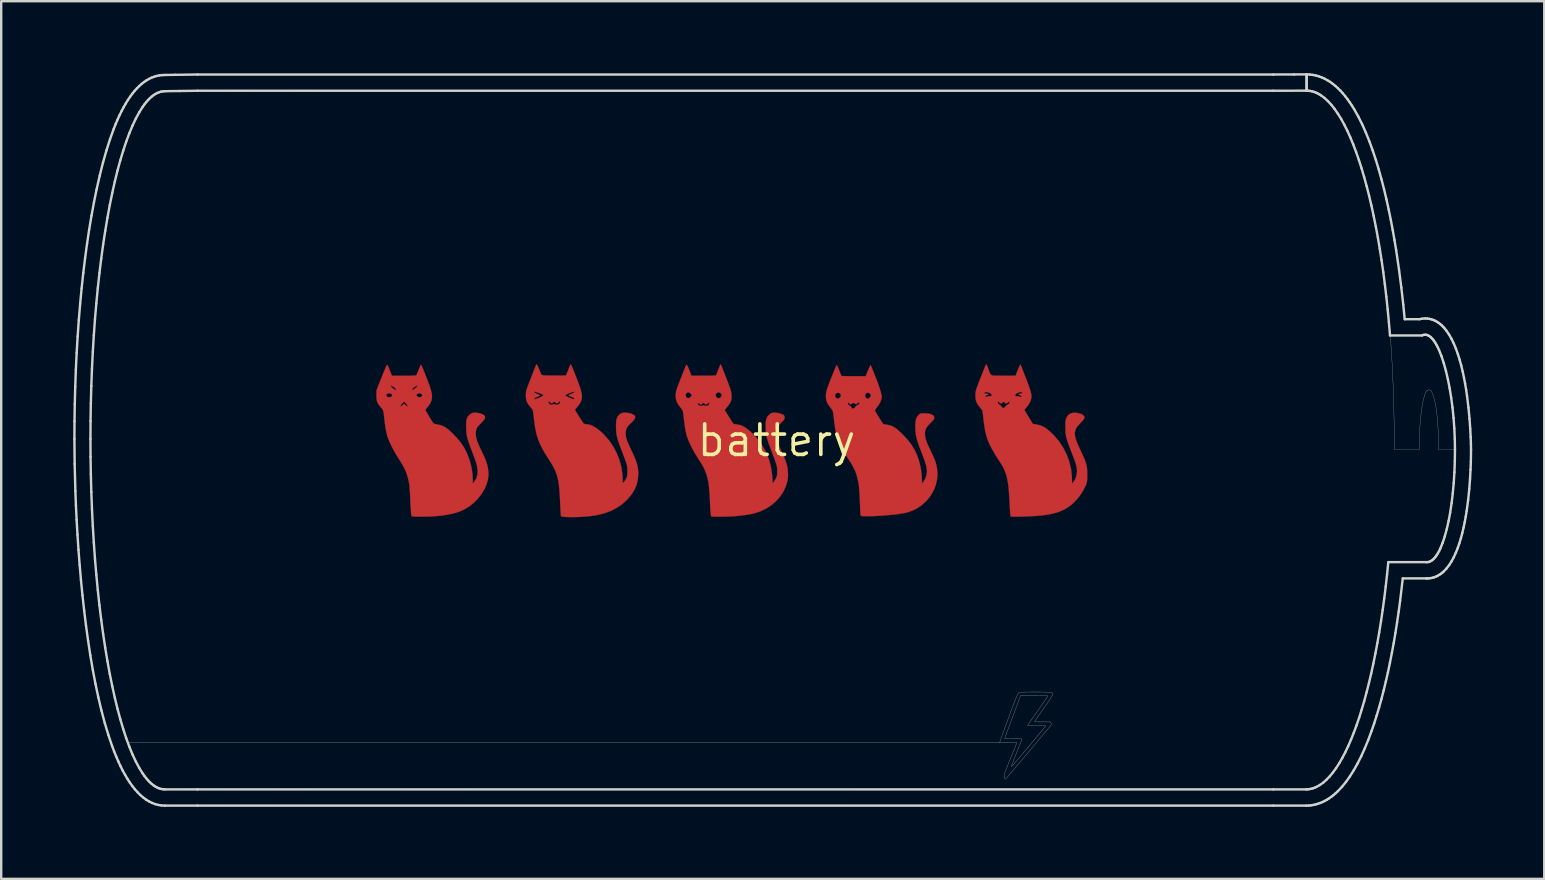
<source format=kicad_pcb>
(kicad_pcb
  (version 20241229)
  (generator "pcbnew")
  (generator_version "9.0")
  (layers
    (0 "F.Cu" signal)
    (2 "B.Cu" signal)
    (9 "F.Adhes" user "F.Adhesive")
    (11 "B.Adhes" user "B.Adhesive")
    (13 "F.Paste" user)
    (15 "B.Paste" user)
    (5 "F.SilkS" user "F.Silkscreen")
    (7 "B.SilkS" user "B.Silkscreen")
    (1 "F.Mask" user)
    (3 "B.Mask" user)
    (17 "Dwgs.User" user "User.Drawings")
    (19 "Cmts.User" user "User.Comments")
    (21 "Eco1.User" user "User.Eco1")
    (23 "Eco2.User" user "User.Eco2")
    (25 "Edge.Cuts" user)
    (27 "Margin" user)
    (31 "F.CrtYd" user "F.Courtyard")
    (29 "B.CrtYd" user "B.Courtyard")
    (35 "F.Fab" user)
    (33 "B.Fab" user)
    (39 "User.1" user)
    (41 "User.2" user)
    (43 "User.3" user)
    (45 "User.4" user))
  (footprint "battery"
    (layer "F.Cu")
    (at 29.3 15.3)
    (property "Reference" "battery" (at 0 0 0) (layer "F.SilkS") (effects (font (size 1.27 1.27) (thickness 0.15))))
    (attr through_hole)
    (fp_poly (pts (xy -2.318 -3.156) (xy -2.295 -3.104) (xy -2.262 -3.024) (xy -2.221 -2.923) (xy -2.175 -2.807) (xy -2.126 -2.682) (xy -2.077 -2.555) (xy -2.029 -2.43) (xy -1.987 -2.315) (xy -1.95 -2.216) (xy -1.934 -2.17) (xy -1.895 -2.035) (xy -1.877 -1.91) (xy -1.874 -1.841) (xy -1.877 -1.745) (xy -1.891 -1.666) (xy -1.92 -1.593) (xy -1.969 -1.513) (xy -2.042 -1.417) (xy -2.054 -1.402) (xy -2.16 -1.271) (xy -1.988 -0.99) (xy -1.927 -0.893) (xy -1.873 -0.808) (xy -1.83 -0.743) (xy -1.802 -0.704) (xy -1.795 -0.696) (xy -1.763 -0.686) (xy -1.704 -0.675) (xy -1.659 -0.669) (xy -1.544 -0.649) (xy -1.437 -0.613) (xy -1.331 -0.558) (xy -1.219 -0.48) (xy -1.093 -0.374) (xy -1.021 -0.307) (xy -0.789 -0.061) (xy -0.593 0.208) (xy -0.433 0.497) (xy -0.31 0.805) (xy -0.226 1.13) (xy -0.18 1.47) (xy -0.176 1.533) (xy -0.163 1.785) (xy -0.121 1.734) (xy -0.088 1.686) (xy -0.047 1.618) (xy -0.025 1.577) (xy 0.003 1.518) (xy 0.019 1.462) (xy 0.028 1.394) (xy 0.03 1.302) (xy 0.03 1.281) (xy 0.03 1.223) (xy 0.027 1.171) (xy 0.021 1.119) (xy 0.01 1.063) (xy -0.007 0.998) (xy -0.032 0.919) (xy -0.067 0.82) (xy -0.112 0.696) (xy -0.17 0.544) (xy -0.241 0.356) (xy -0.242 0.353) (xy -0.308 0.177) (xy -0.359 0.032) (xy -0.396 -0.092) (xy -0.422 -0.202) (xy -0.438 -0.308) (xy -0.448 -0.418) (xy -0.452 -0.54) (xy -0.452 -0.55) (xy -0.452 -0.674) (xy -0.448 -0.766) (xy -0.439 -0.835) (xy -0.425 -0.892) (xy -0.417 -0.914) (xy -0.361 -1.015) (xy -0.282 -1.095) (xy -0.191 -1.146) (xy -0.156 -1.156) (xy -0.071 -1.16) (xy 0.034 -1.148) (xy 0.142 -1.125) (xy 0.237 -1.092) (xy 0.25 -1.086) (xy 0.302 -1.054) (xy 0.327 -1.017) (xy 0.335 -0.967) (xy 0.336 -0.928) (xy 0.328 -0.895) (xy 0.306 -0.86) (xy 0.265 -0.814) (xy 0.2 -0.749) (xy 0.184 -0.734) (xy 0.114 -0.663) (xy 0.052 -0.595) (xy 0.009 -0.541) (xy -0.005 -0.519) (xy -0.041 -0.427) (xy -0.056 -0.327) (xy -0.05 -0.216) (xy -0.022 -0.087) (xy 0.028 0.062) (xy 0.102 0.239) (xy 0.169 0.381) (xy 0.257 0.566) (xy 0.326 0.723) (xy 0.379 0.858) (xy 0.418 0.979) (xy 0.447 1.094) (xy 0.467 1.21) (xy 0.468 1.219) (xy 0.48 1.453) (xy 0.453 1.685) (xy 0.387 1.91) (xy 0.287 2.126) (xy 0.154 2.329) (xy -0.008 2.516) (xy -0.199 2.682) (xy -0.414 2.826) (xy -0.652 2.942) (xy -0.794 2.994) (xy -0.935 3.036) (xy -1.088 3.071) (xy -1.26 3.1) (xy -1.461 3.126) (xy -1.627 3.144) (xy -1.742 3.153) (xy -1.874 3.161) (xy -2.016 3.167) (xy -2.161 3.171) (xy -2.303 3.174) (xy -2.434 3.175) (xy -2.549 3.173) (xy -2.64 3.17) (xy -2.701 3.165) (xy -2.723 3.159) (xy -2.732 3.132) (xy -2.742 3.064) (xy -2.751 2.954) (xy -2.76 2.802) (xy -2.77 2.608) (xy -2.772 2.561) (xy -2.783 2.33) (xy -2.795 2.135) (xy -2.809 1.969) (xy -2.826 1.827) (xy -2.846 1.702) (xy -2.87 1.588) (xy -2.9 1.479) (xy -2.914 1.432) (xy -2.951 1.323) (xy -2.992 1.222) (xy -3.041 1.121) (xy -3.102 1.01) (xy -3.181 0.881) (xy -3.26 0.76) (xy -3.387 0.555) (xy -3.502 0.348) (xy -3.603 0.148) (xy -3.683 -0.038) (xy -3.741 -0.203) (xy -3.756 -0.255) (xy -3.781 -0.369) (xy -3.806 -0.506) (xy -3.831 -0.672) (xy -3.856 -0.869) (xy -3.882 -1.104) (xy -3.885 -1.126) (xy -3.895 -1.194) (xy -3.915 -1.25) (xy -3.95 -1.308) (xy -4.005 -1.38) (xy -4.09 -1.493) (xy -4.115 -1.536) (xy -3.281 -1.536) (xy -3.263 -1.487) (xy -3.216 -1.454) (xy -3.153 -1.441) (xy -3.085 -1.453) (xy -3.069 -1.461) (xy -3.029 -1.47) (xy -3.016 -1.461) (xy -2.988 -1.446) (xy -2.937 -1.439) (xy -2.934 -1.439) (xy -2.869 -1.453) (xy -2.822 -1.486) (xy -2.8 -1.531) (xy -2.804 -1.56) (xy -2.817 -1.584) (xy -2.834 -1.575) (xy -2.851 -1.55) (xy -2.892 -1.516) (xy -2.941 -1.503) (xy -2.982 -1.515) (xy -2.998 -1.535) (xy -3.025 -1.563) (xy -3.04 -1.566) (xy -3.074 -1.549) (xy -3.083 -1.535) (xy -3.111 -1.511) (xy -3.154 -1.503) (xy -3.202 -1.513) (xy -3.225 -1.535) (xy -3.248 -1.562) (xy -3.272 -1.561) (xy -3.281 -1.536) (xy -4.115 -1.536) (xy -4.147 -1.59) (xy -4.181 -1.684) (xy -4.197 -1.786) (xy -4.199 -1.864) (xy -3.785 -1.864) (xy -3.764 -1.809) (xy -3.721 -1.771) (xy -3.665 -1.761) (xy -3.617 -1.782) (xy -3.571 -1.824) (xy -3.57 -1.826) (xy -3.527 -1.884) (xy -2.54 -1.884) (xy -2.526 -1.838) (xy -2.498 -1.799) (xy -2.452 -1.767) (xy -2.413 -1.757) (xy -2.367 -1.771) (xy -2.328 -1.799) (xy -2.297 -1.845) (xy -2.286 -1.884) (xy -2.3 -1.93) (xy -2.328 -1.968) (xy -2.374 -2) (xy -2.413 -2.011) (xy -2.459 -1.996) (xy -2.498 -1.968) (xy -2.529 -1.922) (xy -2.54 -1.884) (xy -3.527 -1.884) (xy -3.57 -1.942) (xy -3.626 -1.993) (xy -3.687 -2.006) (xy -3.745 -1.98) (xy -3.748 -1.978) (xy -3.782 -1.925) (xy -3.785 -1.864) (xy -4.199 -1.864) (xy -4.199 -1.873) (xy -4.199 -1.925) (xy -4.195 -1.972) (xy -4.188 -2.019) (xy -4.176 -2.073) (xy -4.156 -2.14) (xy -4.126 -2.224) (xy -4.086 -2.332) (xy -4.033 -2.47) (xy -3.99 -2.582) (xy -3.934 -2.726) (xy -3.882 -2.857) (xy -3.837 -2.97) (xy -3.799 -3.06) (xy -3.772 -3.121) (xy -3.758 -3.149) (xy -3.757 -3.149) (xy -3.743 -3.153) (xy -3.725 -3.132) (xy -3.699 -3.083) (xy -3.664 -3) (xy -3.639 -2.938) (xy -3.545 -2.699) (xy -3.042 -2.697) (xy -2.855 -2.697) (xy -2.71 -2.7) (xy -2.606 -2.704) (xy -2.543 -2.711) (xy -2.522 -2.718) (xy -2.507 -2.746) (xy -2.482 -2.805) (xy -2.45 -2.885) (xy -2.422 -2.958) (xy -2.388 -3.046) (xy -2.358 -3.116) (xy -2.337 -3.162) (xy -2.328 -3.175) (xy -2.318 -3.156)) (stroke (width 0.01) (type solid)) (fill yes) (layer "F.Cu"))
    (fp_poly (pts (xy 3.922 -3.14) (xy 3.933 -3.116) (xy 3.957 -3.058) (xy 3.991 -2.974) (xy 4.033 -2.87) (xy 4.08 -2.753) (xy 4.081 -2.752) (xy 4.163 -2.539) (xy 4.235 -2.346) (xy 4.293 -2.176) (xy 4.338 -2.033) (xy 4.367 -1.919) (xy 4.381 -1.84) (xy 4.381 -1.824) (xy 4.364 -1.7) (xy 4.311 -1.571) (xy 4.221 -1.433) (xy 4.202 -1.409) (xy 4.146 -1.337) (xy 4.114 -1.289) (xy 4.102 -1.256) (xy 4.106 -1.229) (xy 4.111 -1.22) (xy 4.141 -1.166) (xy 4.184 -1.094) (xy 4.236 -1.009) (xy 4.291 -0.921) (xy 4.344 -0.837) (xy 4.391 -0.765) (xy 4.427 -0.712) (xy 4.446 -0.687) (xy 4.447 -0.686) (xy 4.478 -0.677) (xy 4.537 -0.665) (xy 4.607 -0.654) (xy 4.715 -0.632) (xy 4.816 -0.596) (xy 4.917 -0.541) (xy 5.023 -0.464) (xy 5.143 -0.359) (xy 5.252 -0.255) (xy 5.451 -0.042) (xy 5.614 0.169) (xy 5.748 0.386) (xy 5.784 0.455) (xy 5.872 0.659) (xy 5.947 0.89) (xy 6.004 1.131) (xy 6.041 1.37) (xy 6.055 1.583) (xy 6.055 1.789) (xy 6.118 1.715) (xy 6.192 1.6) (xy 6.243 1.46) (xy 6.265 1.312) (xy 6.265 1.285) (xy 6.262 1.205) (xy 6.249 1.119) (xy 6.227 1.021) (xy 6.192 0.905) (xy 6.144 0.764) (xy 6.08 0.595) (xy 6.043 0.498) (xy 5.971 0.311) (xy 5.914 0.157) (xy 5.871 0.027) (xy 5.838 -0.085) (xy 5.815 -0.187) (xy 5.8 -0.285) (xy 5.79 -0.386) (xy 5.784 -0.488) (xy 5.781 -0.653) (xy 5.79 -0.783) (xy 5.811 -0.886) (xy 5.846 -0.969) (xy 5.896 -1.038) (xy 5.916 -1.059) (xy 5.956 -1.095) (xy 5.99 -1.117) (xy 6.032 -1.128) (xy 6.093 -1.132) (xy 6.166 -1.132) (xy 6.31 -1.124) (xy 6.426 -1.099) (xy 6.51 -1.059) (xy 6.56 -1.007) (xy 6.573 -0.943) (xy 6.564 -0.905) (xy 6.541 -0.869) (xy 6.495 -0.815) (xy 6.434 -0.75) (xy 6.403 -0.72) (xy 6.304 -0.615) (xy 6.237 -0.522) (xy 6.198 -0.43) (xy 6.182 -0.331) (xy 6.181 -0.295) (xy 6.186 -0.2) (xy 6.203 -0.102) (xy 6.234 0.006) (xy 6.281 0.131) (xy 6.348 0.28) (xy 6.406 0.401) (xy 6.483 0.561) (xy 6.543 0.691) (xy 6.589 0.801) (xy 6.624 0.898) (xy 6.651 0.991) (xy 6.673 1.087) (xy 6.679 1.118) (xy 6.705 1.359) (xy 6.691 1.602) (xy 6.638 1.842) (xy 6.548 2.074) (xy 6.422 2.295) (xy 6.262 2.498) (xy 6.216 2.546) (xy 6.014 2.722) (xy 5.79 2.862) (xy 5.545 2.966) (xy 5.413 3.005) (xy 5.31 3.027) (xy 5.181 3.049) (xy 5.033 3.069) (xy 4.869 3.088) (xy 4.695 3.106) (xy 4.516 3.121) (xy 4.337 3.134) (xy 4.163 3.145) (xy 3.999 3.152) (xy 3.85 3.156) (xy 3.721 3.156) (xy 3.618 3.153) (xy 3.545 3.145) (xy 3.507 3.132) (xy 3.504 3.127) (xy 3.5 3.1) (xy 3.496 3.036) (xy 3.491 2.941) (xy 3.484 2.822) (xy 3.478 2.683) (xy 3.471 2.531) (xy 3.471 2.529) (xy 3.463 2.333) (xy 3.455 2.172) (xy 3.446 2.039) (xy 3.436 1.928) (xy 3.424 1.831) (xy 3.409 1.741) (xy 3.39 1.653) (xy 3.367 1.557) (xy 3.354 1.507) (xy 3.317 1.382) (xy 3.273 1.264) (xy 3.216 1.143) (xy 3.143 1.011) (xy 3.05 0.858) (xy 3.001 0.783) (xy 2.852 0.546) (xy 2.729 0.33) (xy 2.63 0.126) (xy 2.552 -0.073) (xy 2.491 -0.276) (xy 2.445 -0.492) (xy 2.409 -0.729) (xy 2.393 -0.878) (xy 2.379 -1.008) (xy 2.368 -1.104) (xy 2.355 -1.176) (xy 2.338 -1.231) (xy 2.314 -1.278) (xy 2.281 -1.326) (xy 2.236 -1.384) (xy 2.233 -1.388) (xy 2.147 -1.508) (xy 2.125 -1.551) (xy 2.967 -1.551) (xy 2.983 -1.51) (xy 3.011 -1.474) (xy 3.036 -1.46) (xy 3.067 -1.443) (xy 3.098 -1.402) (xy 3.1 -1.399) (xy 3.143 -1.341) (xy 3.192 -1.325) (xy 3.243 -1.351) (xy 3.289 -1.407) (xy 3.321 -1.445) (xy 3.348 -1.46) (xy 3.387 -1.476) (xy 3.426 -1.512) (xy 3.449 -1.551) (xy 3.45 -1.559) (xy 3.438 -1.585) (xy 3.406 -1.578) (xy 3.364 -1.544) (xy 3.329 -1.515) (xy 3.3 -1.515) (xy 3.27 -1.533) (xy 3.214 -1.562) (xy 3.173 -1.559) (xy 3.14 -1.535) (xy 3.103 -1.507) (xy 3.069 -1.512) (xy 3.028 -1.549) (xy 2.994 -1.577) (xy 2.971 -1.581) (xy 2.971 -1.581) (xy 2.967 -1.551) (xy 2.125 -1.551) (xy 2.091 -1.618) (xy 2.062 -1.731) (xy 2.056 -1.86) (xy 2.058 -1.901) (xy 2.439 -1.901) (xy 2.439 -1.841) (xy 2.469 -1.786) (xy 2.523 -1.748) (xy 2.567 -1.737) (xy 2.592 -1.75) (xy 2.631 -1.782) (xy 2.636 -1.788) (xy 2.678 -1.84) (xy 2.678 -1.843) (xy 3.689 -1.843) (xy 3.718 -1.786) (xy 3.725 -1.778) (xy 3.777 -1.742) (xy 3.826 -1.744) (xy 3.883 -1.785) (xy 3.886 -1.789) (xy 3.924 -1.849) (xy 3.92 -1.91) (xy 3.878 -1.963) (xy 3.819 -1.99) (xy 3.763 -1.983) (xy 3.718 -1.95) (xy 3.691 -1.901) (xy 3.689 -1.843) (xy 2.678 -1.843) (xy 2.684 -1.886) (xy 2.656 -1.941) (xy 2.655 -1.943) (xy 2.606 -1.981) (xy 2.542 -1.987) (xy 2.481 -1.961) (xy 2.473 -1.955) (xy 2.439 -1.901) (xy 2.058 -1.901) (xy 2.058 -1.901) (xy 2.062 -1.954) (xy 2.069 -2.006) (xy 2.082 -2.063) (xy 2.101 -2.13) (xy 2.13 -2.214) (xy 2.169 -2.321) (xy 2.22 -2.456) (xy 2.277 -2.601) (xy 2.333 -2.742) (xy 2.385 -2.869) (xy 2.43 -2.977) (xy 2.467 -3.06) (xy 2.494 -3.115) (xy 2.508 -3.135) (xy 2.508 -3.135) (xy 2.524 -3.115) (xy 2.55 -3.064) (xy 2.582 -2.989) (xy 2.611 -2.916) (xy 2.645 -2.827) (xy 2.676 -2.754) (xy 2.699 -2.704) (xy 2.709 -2.688) (xy 2.734 -2.685) (xy 2.796 -2.683) (xy 2.887 -2.68) (xy 3.003 -2.679) (xy 3.136 -2.678) (xy 3.221 -2.678) (xy 3.715 -2.678) (xy 3.812 -2.919) (xy 3.851 -3.009) (xy 3.884 -3.08) (xy 3.908 -3.127) (xy 3.921 -3.141) (xy 3.922 -3.14)) (stroke (width 0.01) (type solid)) (fill yes) (layer "F.Cu"))
    (fp_poly (pts (xy -14.806 -3.146) (xy -14.782 -3.099) (xy -14.748 -3.023) (xy -14.706 -2.926) (xy -14.66 -2.812) (xy -14.61 -2.688) (xy -14.56 -2.56) (xy -14.512 -2.433) (xy -14.468 -2.313) (xy -14.43 -2.207) (xy -14.416 -2.162) (xy -14.368 -1.985) (xy -14.352 -1.83) (xy -14.368 -1.692) (xy -14.418 -1.563) (xy -14.502 -1.438) (xy -14.539 -1.394) (xy -14.585 -1.338) (xy -14.616 -1.294) (xy -14.626 -1.272) (xy -14.616 -1.246) (xy -14.587 -1.193) (xy -14.546 -1.12) (xy -14.496 -1.035) (xy -14.443 -0.947) (xy -14.391 -0.863) (xy -14.345 -0.791) (xy -14.31 -0.74) (xy -14.295 -0.72) (xy -14.26 -0.701) (xy -14.197 -0.681) (xy -14.119 -0.664) (xy -14.116 -0.664) (xy -14.009 -0.641) (xy -13.913 -0.609) (xy -13.822 -0.564) (xy -13.729 -0.501) (xy -13.626 -0.415) (xy -13.506 -0.301) (xy -13.47 -0.266) (xy -13.295 -0.082) (xy -13.152 0.093) (xy -13.033 0.269) (xy -12.932 0.456) (xy -12.887 0.555) (xy -12.783 0.835) (xy -12.709 1.123) (xy -12.666 1.408) (xy -12.657 1.598) (xy -12.656 1.789) (xy -12.593 1.715) (xy -12.508 1.584) (xy -12.46 1.432) (xy -12.449 1.259) (xy -12.475 1.066) (xy -12.536 0.857) (xy -12.572 0.757) (xy -12.618 0.632) (xy -12.669 0.497) (xy -12.718 0.365) (xy -12.729 0.338) (xy -12.789 0.178) (xy -12.835 0.048) (xy -12.869 -0.06) (xy -12.893 -0.156) (xy -12.909 -0.249) (xy -12.919 -0.347) (xy -12.926 -0.459) (xy -12.927 -0.504) (xy -12.93 -0.659) (xy -12.925 -0.78) (xy -12.911 -0.874) (xy -12.885 -0.95) (xy -12.846 -1.014) (xy -12.807 -1.059) (xy -12.728 -1.123) (xy -12.636 -1.156) (xy -12.524 -1.159) (xy -12.447 -1.148) (xy -12.309 -1.115) (xy -12.213 -1.073) (xy -12.157 -1.022) (xy -12.142 -0.96) (xy -12.168 -0.886) (xy -12.233 -0.8) (xy -12.311 -0.724) (xy -12.407 -0.629) (xy -12.472 -0.544) (xy -12.511 -0.457) (xy -12.528 -0.359) (xy -12.531 -0.29) (xy -12.525 -0.194) (xy -12.507 -0.092) (xy -12.473 0.021) (xy -12.423 0.152) (xy -12.354 0.306) (xy -12.28 0.457) (xy -12.181 0.666) (xy -12.106 0.851) (xy -12.053 1.017) (xy -12.02 1.174) (xy -12.004 1.329) (xy -12.002 1.417) (xy -12.022 1.619) (xy -12.08 1.826) (xy -12.172 2.034) (xy -12.296 2.237) (xy -12.447 2.429) (xy -12.623 2.605) (xy -12.765 2.719) (xy -12.923 2.824) (xy -13.093 2.913) (xy -13.279 2.986) (xy -13.487 3.046) (xy -13.722 3.094) (xy -13.989 3.131) (xy -14.213 3.153) (xy -14.326 3.161) (xy -14.455 3.167) (xy -14.591 3.171) (xy -14.73 3.173) (xy -14.862 3.174) (xy -14.982 3.172) (xy -15.082 3.169) (xy -15.155 3.164) (xy -15.193 3.157) (xy -15.196 3.156) (xy -15.205 3.141) (xy -15.214 3.106) (xy -15.222 3.049) (xy -15.229 2.964) (xy -15.237 2.847) (xy -15.245 2.696) (xy -15.252 2.547) (xy -15.261 2.356) (xy -15.269 2.201) (xy -15.277 2.075) (xy -15.284 1.974) (xy -15.292 1.889) (xy -15.302 1.816) (xy -15.314 1.748) (xy -15.329 1.679) (xy -15.347 1.602) (xy -15.358 1.559) (xy -15.401 1.409) (xy -15.452 1.268) (xy -15.518 1.127) (xy -15.603 0.976) (xy -15.711 0.804) (xy -15.718 0.794) (xy -15.792 0.675) (xy -15.875 0.535) (xy -15.957 0.39) (xy -16.028 0.257) (xy -16.034 0.243) (xy -16.118 0.067) (xy -16.185 -0.101) (xy -16.237 -0.272) (xy -16.278 -0.455) (xy -16.31 -0.663) (xy -16.33 -0.826) (xy -16.345 -0.971) (xy -16.358 -1.081) (xy -16.37 -1.163) (xy -16.383 -1.223) (xy -16.398 -1.267) (xy -16.418 -1.303) (xy -16.445 -1.337) (xy -16.479 -1.376) (xy -16.479 -1.377) (xy -16.539 -1.449) (xy -15.661 -1.449) (xy -15.661 -1.423) (xy -15.649 -1.418) (xy -15.625 -1.432) (xy -15.586 -1.465) (xy -15.575 -1.475) (xy -15.515 -1.532) (xy -15.456 -1.475) (xy -15.414 -1.439) (xy -15.385 -1.419) (xy -15.382 -1.418) (xy -15.366 -1.431) (xy -15.377 -1.466) (xy -15.412 -1.514) (xy -15.441 -1.545) (xy -15.515 -1.617) (xy -15.589 -1.545) (xy -15.636 -1.492) (xy -15.661 -1.449) (xy -16.539 -1.449) (xy -16.561 -1.475) (xy -16.616 -1.56) (xy -16.648 -1.645) (xy -16.664 -1.743) (xy -16.667 -1.868) (xy -16.667 -1.873) (xy -16.667 -1.884) (xy -16.256 -1.884) (xy -16.238 -1.839) (xy -16.193 -1.81) (xy -16.135 -1.801) (xy -16.075 -1.813) (xy -16.034 -1.841) (xy -16.008 -1.875) (xy -16.011 -1.893) (xy -15.001 -1.893) (xy -14.997 -1.868) (xy -14.975 -1.841) (xy -14.92 -1.808) (xy -14.854 -1.802) (xy -14.795 -1.825) (xy -14.786 -1.832) (xy -14.758 -1.867) (xy -14.761 -1.895) (xy -14.788 -1.93) (xy -14.843 -1.962) (xy -14.909 -1.964) (xy -14.968 -1.934) (xy -14.975 -1.926) (xy -15.001 -1.893) (xy -16.011 -1.893) (xy -16.012 -1.9) (xy -16.034 -1.926) (xy -16.084 -1.958) (xy -16.144 -1.967) (xy -16.201 -1.954) (xy -16.243 -1.923) (xy -16.256 -1.884) (xy -16.667 -1.884) (xy -16.666 -2.085) (xy -16.591 -2.275) (xy -16.066 -2.275) (xy -16.055 -2.244) (xy -16.018 -2.202) (xy -15.975 -2.166) (xy -15.915 -2.122) (xy -15.878 -2.101) (xy -15.857 -2.101) (xy -15.844 -2.115) (xy -15.186 -2.115) (xy -15.172 -2.1) (xy -15.152 -2.101) (xy -15.118 -2.123) (xy -15.061 -2.168) (xy -15.057 -2.171) (xy -14.994 -2.228) (xy -14.967 -2.266) (xy -14.975 -2.284) (xy -14.989 -2.286) (xy -15.02 -2.273) (xy -15.066 -2.242) (xy -15.116 -2.201) (xy -15.158 -2.16) (xy -15.184 -2.127) (xy -15.186 -2.115) (xy -15.844 -2.115) (xy -15.844 -2.115) (xy -15.853 -2.136) (xy -15.887 -2.172) (xy -15.934 -2.213) (xy -15.985 -2.252) (xy -16.027 -2.279) (xy -16.047 -2.286) (xy -16.066 -2.275) (xy -16.591 -2.275) (xy -16.456 -2.618) (xy -16.399 -2.759) (xy -16.347 -2.886) (xy -16.302 -2.994) (xy -16.264 -3.078) (xy -16.238 -3.134) (xy -16.224 -3.155) (xy -16.224 -3.155) (xy -16.207 -3.138) (xy -16.182 -3.09) (xy -16.152 -3.022) (xy -16.145 -3.002) (xy -16.111 -2.916) (xy -16.079 -2.834) (xy -16.054 -2.773) (xy -16.053 -2.77) (xy -16.019 -2.694) (xy -15.529 -2.694) (xy -15.38 -2.695) (xy -15.249 -2.697) (xy -15.142 -2.701) (xy -15.064 -2.706) (xy -15.02 -2.711) (xy -15.013 -2.714) (xy -14.995 -2.741) (xy -14.968 -2.799) (xy -14.934 -2.878) (xy -14.91 -2.939) (xy -14.876 -3.026) (xy -14.846 -3.098) (xy -14.825 -3.145) (xy -14.817 -3.16) (xy -14.806 -3.146)) (stroke (width 0.01) (type solid)) (fill yes) (layer "F.Cu"))
    (fp_poly (pts (xy 8.751 -3.156) (xy 8.774 -3.106) (xy 8.804 -3.033) (xy 8.824 -2.979) (xy 8.855 -2.892) (xy 8.879 -2.825) (xy 8.903 -2.775) (xy 8.931 -2.74) (xy 8.971 -2.717) (xy 9.026 -2.704) (xy 9.103 -2.698) (xy 9.207 -2.697) (xy 9.345 -2.697) (xy 9.453 -2.698) (xy 9.958 -2.699) (xy 10.051 -2.938) (xy 10.088 -3.028) (xy 10.121 -3.1) (xy 10.146 -3.147) (xy 10.16 -3.161) (xy 10.161 -3.16) (xy 10.173 -3.135) (xy 10.199 -3.077) (xy 10.233 -2.991) (xy 10.275 -2.886) (xy 10.322 -2.767) (xy 10.37 -2.641) (xy 10.419 -2.514) (xy 10.464 -2.393) (xy 10.504 -2.285) (xy 10.535 -2.195) (xy 10.551 -2.148) (xy 10.579 -2.057) (xy 10.603 -1.969) (xy 10.617 -1.901) (xy 10.619 -1.892) (xy 10.615 -1.764) (xy 10.573 -1.628) (xy 10.492 -1.486) (xy 10.446 -1.425) (xy 10.394 -1.359) (xy 10.354 -1.306) (xy 10.332 -1.274) (xy 10.33 -1.268) (xy 10.34 -1.247) (xy 10.369 -1.196) (xy 10.413 -1.122) (xy 10.468 -1.032) (xy 10.504 -0.973) (xy 10.679 -0.69) (xy 10.827 -0.665) (xy 10.95 -0.639) (xy 11.062 -0.6) (xy 11.168 -0.545) (xy 11.278 -0.469) (xy 11.396 -0.368) (xy 11.532 -0.237) (xy 11.551 -0.218) (xy 11.758 0.022) (xy 11.935 0.287) (xy 12.081 0.572) (xy 12.192 0.872) (xy 12.267 1.18) (xy 12.303 1.491) (xy 12.305 1.573) (xy 12.308 1.801) (xy 12.358 1.742) (xy 12.449 1.601) (xy 12.502 1.442) (xy 12.517 1.291) (xy 12.515 1.22) (xy 12.508 1.15) (xy 12.495 1.077) (xy 12.473 0.994) (xy 12.442 0.894) (xy 12.398 0.772) (xy 12.341 0.622) (xy 12.297 0.507) (xy 12.225 0.321) (xy 12.168 0.167) (xy 12.123 0.039) (xy 12.09 -0.069) (xy 12.066 -0.166) (xy 12.051 -0.256) (xy 12.041 -0.347) (xy 12.037 -0.446) (xy 12.035 -0.55) (xy 12.035 -0.673) (xy 12.037 -0.763) (xy 12.042 -0.827) (xy 12.051 -0.876) (xy 12.065 -0.918) (xy 12.082 -0.957) (xy 12.152 -1.059) (xy 12.245 -1.125) (xy 12.36 -1.155) (xy 12.498 -1.151) (xy 12.542 -1.143) (xy 12.671 -1.109) (xy 12.76 -1.068) (xy 12.811 -1.019) (xy 12.826 -0.959) (xy 12.818 -0.914) (xy 12.798 -0.882) (xy 12.754 -0.829) (xy 12.694 -0.762) (xy 12.637 -0.703) (xy 12.552 -0.61) (xy 12.488 -0.521) (xy 12.446 -0.431) (xy 12.426 -0.335) (xy 12.427 -0.229) (xy 12.451 -0.108) (xy 12.497 0.034) (xy 12.565 0.202) (xy 12.656 0.399) (xy 12.668 0.423) (xy 12.749 0.595) (xy 12.812 0.736) (xy 12.86 0.855) (xy 12.895 0.959) (xy 12.919 1.056) (xy 12.933 1.153) (xy 12.941 1.258) (xy 12.943 1.379) (xy 12.943 1.418) (xy 12.943 1.539) (xy 12.941 1.628) (xy 12.935 1.694) (xy 12.925 1.748) (xy 12.909 1.8) (xy 12.886 1.858) (xy 12.874 1.886) (xy 12.769 2.093) (xy 12.636 2.296) (xy 12.485 2.484) (xy 12.322 2.647) (xy 12.2 2.744) (xy 12.057 2.836) (xy 11.904 2.915) (xy 11.736 2.981) (xy 11.55 3.036) (xy 11.341 3.081) (xy 11.105 3.116) (xy 10.839 3.142) (xy 10.538 3.159) (xy 10.264 3.169) (xy 10.09 3.172) (xy 9.956 3.174) (xy 9.858 3.172) (xy 9.792 3.168) (xy 9.757 3.162) (xy 9.749 3.157) (xy 9.744 3.13) (xy 9.738 3.067) (xy 9.731 2.972) (xy 9.723 2.852) (xy 9.715 2.711) (xy 9.707 2.556) (xy 9.705 2.512) (xy 9.689 2.239) (xy 9.67 2.003) (xy 9.646 1.798) (xy 9.616 1.619) (xy 9.578 1.46) (xy 9.53 1.315) (xy 9.472 1.179) (xy 9.402 1.046) (xy 9.318 0.912) (xy 9.287 0.866) (xy 9.178 0.698) (xy 9.067 0.515) (xy 8.964 0.333) (xy 8.895 0.201) (xy 8.818 0.03) (xy 8.755 -0.15) (xy 8.703 -0.346) (xy 8.662 -0.566) (xy 8.628 -0.817) (xy 8.614 -0.953) (xy 8.604 -1.053) (xy 8.594 -1.14) (xy 8.586 -1.204) (xy 8.58 -1.233) (xy 8.562 -1.267) (xy 8.523 -1.321) (xy 8.476 -1.38) (xy 8.391 -1.487) (xy 8.338 -1.579) (xy 9.216 -1.579) (xy 9.234 -1.537) (xy 9.272 -1.502) (xy 9.292 -1.492) (xy 9.332 -1.465) (xy 9.367 -1.417) (xy 9.367 -1.417) (xy 9.41 -1.366) (xy 9.461 -1.354) (xy 9.509 -1.38) (xy 9.534 -1.416) (xy 9.573 -1.463) (xy 9.619 -1.49) (xy 9.667 -1.515) (xy 9.699 -1.554) (xy 9.708 -1.594) (xy 9.698 -1.613) (xy 9.672 -1.617) (xy 9.649 -1.59) (xy 9.611 -1.557) (xy 9.564 -1.546) (xy 9.524 -1.559) (xy 9.511 -1.577) (xy 9.483 -1.604) (xy 9.461 -1.609) (xy 9.423 -1.593) (xy 9.412 -1.577) (xy 9.383 -1.55) (xy 9.337 -1.548) (xy 9.292 -1.57) (xy 9.274 -1.59) (xy 9.245 -1.62) (xy 9.225 -1.613) (xy 9.216 -1.579) (xy 8.338 -1.579) (xy 8.335 -1.583) (xy 8.303 -1.68) (xy 8.289 -1.792) (xy 8.287 -1.873) (xy 8.288 -1.937) (xy 8.29 -1.977) (xy 8.657 -1.977) (xy 8.676 -1.955) (xy 8.733 -1.947) (xy 8.738 -1.947) (xy 8.804 -1.943) (xy 8.832 -1.931) (xy 8.821 -1.913) (xy 8.78 -1.896) (xy 8.731 -1.87) (xy 8.704 -1.839) (xy 8.703 -1.836) (xy 8.71 -1.805) (xy 8.734 -1.802) (xy 8.752 -1.82) (xy 8.78 -1.833) (xy 8.834 -1.841) (xy 8.86 -1.841) (xy 8.932 -1.85) (xy 8.96 -1.869) (xy 9.935 -1.869) (xy 9.936 -1.865) (xy 9.965 -1.851) (xy 10.019 -1.842) (xy 10.044 -1.841) (xy 10.103 -1.837) (xy 10.143 -1.825) (xy 10.15 -1.819) (xy 10.178 -1.804) (xy 10.204 -1.819) (xy 10.209 -1.831) (xy 10.195 -1.853) (xy 10.154 -1.879) (xy 10.145 -1.884) (xy 10.092 -1.912) (xy 10.081 -1.932) (xy 10.111 -1.945) (xy 10.165 -1.951) (xy 10.224 -1.962) (xy 10.247 -1.98) (xy 10.231 -2.002) (xy 10.205 -2.014) (xy 10.156 -2.017) (xy 10.095 -2.002) (xy 10.031 -1.974) (xy 9.977 -1.938) (xy 9.941 -1.901) (xy 9.935 -1.869) (xy 8.96 -1.869) (xy 8.969 -1.874) (xy 8.968 -1.909) (xy 8.93 -1.95) (xy 8.868 -1.986) (xy 8.799 -2.009) (xy 8.734 -2.017) (xy 8.684 -2.01) (xy 8.658 -1.986) (xy 8.657 -1.977) (xy 8.29 -1.977) (xy 8.291 -1.992) (xy 8.298 -2.043) (xy 8.311 -2.099) (xy 8.333 -2.167) (xy 8.364 -2.254) (xy 8.407 -2.367) (xy 8.454 -2.487) (xy 8.526 -2.671) (xy 8.584 -2.818) (xy 8.629 -2.934) (xy 8.665 -3.022) (xy 8.691 -3.086) (xy 8.71 -3.129) (xy 8.722 -3.156) (xy 8.731 -3.17) (xy 8.737 -3.175) (xy 8.739 -3.175) (xy 8.751 -3.156)) (stroke (width 0.01) (type solid)) (fill yes) (layer "F.Cu"))
    (fp_poly (pts (xy -8.56 -3.156) (xy -8.536 -3.104) (xy -8.501 -3.024) (xy -8.459 -2.921) (xy -8.411 -2.803) (xy -8.397 -2.768) (xy -8.308 -2.54) (xy -8.236 -2.346) (xy -8.179 -2.183) (xy -8.14 -2.044) (xy -8.116 -1.926) (xy -8.108 -1.825) (xy -8.115 -1.735) (xy -8.139 -1.652) (xy -8.177 -1.572) (xy -8.23 -1.49) (xy -8.299 -1.401) (xy -8.338 -1.354) (xy -8.4 -1.279) (xy -8.233 -1.005) (xy -8.172 -0.907) (xy -8.116 -0.821) (xy -8.069 -0.753) (xy -8.038 -0.712) (xy -8.029 -0.704) (xy -7.982 -0.685) (xy -7.927 -0.677) (xy -7.788 -0.657) (xy -7.638 -0.597) (xy -7.476 -0.496) (xy -7.303 -0.355) (xy -7.195 -0.252) (xy -6.985 -0.013) (xy -6.804 0.25) (xy -6.655 0.532) (xy -6.539 0.828) (xy -6.46 1.133) (xy -6.419 1.44) (xy -6.413 1.594) (xy -6.413 1.683) (xy -6.411 1.737) (xy -6.405 1.762) (xy -6.393 1.764) (xy -6.375 1.75) (xy -6.374 1.749) (xy -6.343 1.711) (xy -6.302 1.651) (xy -6.274 1.603) (xy -6.246 1.55) (xy -6.228 1.503) (xy -6.218 1.451) (xy -6.214 1.381) (xy -6.214 1.283) (xy -6.214 1.27) (xy -6.214 1.212) (xy -6.215 1.164) (xy -6.217 1.119) (xy -6.223 1.075) (xy -6.234 1.026) (xy -6.25 0.967) (xy -6.274 0.894) (xy -6.307 0.802) (xy -6.349 0.687) (xy -6.404 0.543) (xy -6.471 0.367) (xy -6.505 0.275) (xy -6.55 0.153) (xy -6.592 0.029) (xy -6.626 -0.084) (xy -6.651 -0.173) (xy -6.655 -0.195) (xy -6.673 -0.311) (xy -6.684 -0.444) (xy -6.688 -0.581) (xy -6.685 -0.711) (xy -6.675 -0.823) (xy -6.658 -0.906) (xy -6.656 -0.912) (xy -6.598 -1.027) (xy -6.517 -1.107) (xy -6.413 -1.152) (xy -6.284 -1.163) (xy -6.132 -1.139) (xy -6.066 -1.121) (xy -5.967 -1.081) (xy -5.908 -1.034) (xy -5.887 -0.977) (xy -5.906 -0.909) (xy -5.963 -0.828) (xy -6.059 -0.732) (xy -6.067 -0.725) (xy -6.17 -0.623) (xy -6.238 -0.527) (xy -6.275 -0.426) (xy -6.286 -0.313) (xy -6.287 -0.31) (xy -6.284 -0.234) (xy -6.276 -0.162) (xy -6.259 -0.087) (xy -6.231 -0.002) (xy -6.191 0.099) (xy -6.136 0.224) (xy -6.064 0.378) (xy -6.051 0.404) (xy -5.959 0.602) (xy -5.887 0.77) (xy -5.834 0.917) (xy -5.796 1.05) (xy -5.774 1.174) (xy -5.763 1.299) (xy -5.763 1.43) (xy -5.764 1.45) (xy -5.787 1.67) (xy -5.839 1.873) (xy -5.923 2.064) (xy -6.043 2.25) (xy -6.201 2.439) (xy -6.214 2.452) (xy -6.422 2.645) (xy -6.655 2.807) (xy -6.915 2.939) (xy -7.204 3.042) (xy -7.523 3.116) (xy -7.552 3.121) (xy -7.726 3.146) (xy -7.928 3.166) (xy -8.145 3.181) (xy -8.364 3.19) (xy -8.575 3.193) (xy -8.765 3.188) (xy -8.884 3.181) (xy -8.951 3.167) (xy -8.982 3.14) (xy -8.983 3.137) (xy -8.986 3.107) (xy -8.991 3.04) (xy -8.997 2.943) (xy -9.003 2.822) (xy -9.01 2.682) (xy -9.017 2.529) (xy -9.03 2.265) (xy -9.046 2.038) (xy -9.067 1.84) (xy -9.095 1.666) (xy -9.131 1.509) (xy -9.176 1.364) (xy -9.234 1.224) (xy -9.305 1.084) (xy -9.39 0.936) (xy -9.49 0.778) (xy -9.636 0.549) (xy -9.755 0.341) (xy -9.852 0.148) (xy -9.93 -0.041) (xy -9.991 -0.234) (xy -10.038 -0.44) (xy -10.076 -0.667) (xy -10.107 -0.917) (xy -10.12 -1.032) (xy -10.134 -1.134) (xy -10.147 -1.215) (xy -10.159 -1.267) (xy -10.163 -1.277) (xy -10.191 -1.319) (xy -10.236 -1.375) (xy -10.264 -1.408) (xy -10.355 -1.524) (xy -10.399 -1.615) (xy -9.504 -1.615) (xy -9.498 -1.58) (xy -9.474 -1.538) (xy -9.461 -1.524) (xy -9.405 -1.487) (xy -9.345 -1.489) (xy -9.311 -1.504) (xy -9.26 -1.515) (xy -9.198 -1.5) (xy -9.143 -1.486) (xy -9.101 -1.494) (xy -9.072 -1.51) (xy -9.033 -1.549) (xy -9.017 -1.588) (xy -9.027 -1.624) (xy -9.051 -1.624) (xy -9.08 -1.589) (xy -9.081 -1.587) (xy -9.119 -1.552) (xy -9.169 -1.55) (xy -9.207 -1.577) (xy -9.242 -1.604) (xy -9.26 -1.609) (xy -9.295 -1.594) (xy -9.313 -1.577) (xy -9.357 -1.548) (xy -9.405 -1.56) (xy -9.435 -1.587) (xy -9.467 -1.619) (xy -9.487 -1.63) (xy -9.504 -1.615) (xy -10.399 -1.615) (xy -10.412 -1.641) (xy -10.433 -1.741) (xy -10.097 -1.741) (xy -10.094 -1.724) (xy -10.082 -1.717) (xy -10.052 -1.723) (xy -9.998 -1.741) (xy -9.913 -1.774) (xy -9.91 -1.775) (xy -9.81 -1.816) (xy -9.748 -1.849) (xy -9.721 -1.875) (xy -8.794 -1.875) (xy -8.783 -1.857) (xy -8.743 -1.835) (xy -8.688 -1.81) (xy -8.615 -1.778) (xy -8.552 -1.751) (xy -8.52 -1.736) (xy -8.459 -1.717) (xy -8.428 -1.727) (xy -8.424 -1.744) (xy -8.443 -1.766) (xy -8.491 -1.795) (xy -8.553 -1.821) (xy -8.615 -1.847) (xy -8.655 -1.871) (xy -8.664 -1.885) (xy -8.635 -1.902) (xy -8.582 -1.927) (xy -8.542 -1.943) (xy -8.478 -1.972) (xy -8.437 -2) (xy -8.424 -2.022) (xy -8.444 -2.032) (xy -8.451 -2.032) (xy -8.491 -2.023) (xy -8.556 -2.001) (xy -8.631 -1.971) (xy -8.703 -1.938) (xy -8.76 -1.909) (xy -8.783 -1.893) (xy -8.794 -1.875) (xy -9.721 -1.875) (xy -9.72 -1.876) (xy -9.723 -1.898) (xy -9.727 -1.902) (xy -9.76 -1.921) (xy -9.819 -1.947) (xy -9.893 -1.977) (xy -9.968 -2.004) (xy -10.03 -2.024) (xy -10.067 -2.032) (xy -10.067 -2.032) (xy -10.094 -2.024) (xy -10.088 -2.005) (xy -10.052 -1.977) (xy -9.99 -1.948) (xy -9.979 -1.943) (xy -9.917 -1.917) (xy -9.871 -1.894) (xy -9.857 -1.885) (xy -9.865 -1.869) (xy -9.905 -1.845) (xy -9.968 -1.818) (xy -10.034 -1.788) (xy -10.08 -1.76) (xy -10.097 -1.741) (xy -10.433 -1.741) (xy -10.439 -1.772) (xy -10.444 -1.884) (xy -10.443 -1.944) (xy -10.439 -1.996) (xy -10.431 -2.047) (xy -10.417 -2.104) (xy -10.395 -2.174) (xy -10.362 -2.264) (xy -10.318 -2.38) (xy -10.267 -2.508) (xy -10.214 -2.644) (xy -10.163 -2.774) (xy -10.118 -2.89) (xy -10.081 -2.984) (xy -10.056 -3.049) (xy -10.051 -3.064) (xy -10.025 -3.125) (xy -10.002 -3.165) (xy -9.991 -3.175) (xy -9.976 -3.156) (xy -9.951 -3.106) (xy -9.92 -3.033) (xy -9.894 -2.969) (xy -9.859 -2.88) (xy -9.826 -2.804) (xy -9.8 -2.751) (xy -9.789 -2.734) (xy -9.771 -2.724) (xy -9.735 -2.717) (xy -9.675 -2.712) (xy -9.588 -2.708) (xy -9.469 -2.706) (xy -9.312 -2.706) (xy -9.284 -2.706) (xy -9.145 -2.707) (xy -9.021 -2.707) (xy -8.916 -2.707) (xy -8.838 -2.708) (xy -8.794 -2.708) (xy -8.785 -2.708) (xy -8.771 -2.727) (xy -8.745 -2.778) (xy -8.711 -2.853) (xy -8.675 -2.942) (xy -8.639 -3.033) (xy -8.608 -3.107) (xy -8.584 -3.157) (xy -8.572 -3.175) (xy -8.56 -3.156)) (stroke (width 0.01) (type solid)) (fill yes) (layer "F.Cu"))
    (fp_poly (pts (xy 10.884 10.626) (xy 11.019 10.628) (xy 11.134 10.631) (xy 11.224 10.634) (xy 11.282 10.638) (xy 11.303 10.643) (xy 11.303 10.643) (xy 11.291 10.664) (xy 11.258 10.715) (xy 11.206 10.793) (xy 11.137 10.893) (xy 11.055 11.011) (xy 10.963 11.144) (xy 10.88 11.262) (xy 10.457 11.864) (xy 10.838 11.87) (xy 10.959 11.872) (xy 11.065 11.875) (xy 11.148 11.879) (xy 11.201 11.883) (xy 11.218 11.887) (xy 11.205 11.904) (xy 11.168 11.95) (xy 11.109 12.021) (xy 11.033 12.114) (xy 10.942 12.223) (xy 10.839 12.347) (xy 10.727 12.481) (xy 10.61 12.621) (xy 10.49 12.763) (xy 10.371 12.905) (xy 10.256 13.042) (xy 10.148 13.171) (xy 10.05 13.287) (xy 9.965 13.387) (xy 9.896 13.468) (xy 9.846 13.525) (xy 9.819 13.556) (xy 9.819 13.557) (xy 9.79 13.58) (xy 9.779 13.576) (xy 9.787 13.552) (xy 9.808 13.493) (xy 9.842 13.406) (xy 9.885 13.296) (xy 9.936 13.167) (xy 9.993 13.027) (xy 9.993 13.027) (xy 10.05 12.885) (xy 10.102 12.755) (xy 10.148 12.642) (xy 10.183 12.552) (xy 10.207 12.49) (xy 10.218 12.462) (xy 10.219 12.448) (xy 10.209 12.439) (xy 10.183 12.432) (xy 10.136 12.428) (xy 10.06 12.426) (xy 9.952 12.425) (xy 9.866 12.425) (xy 9.748 12.424) (xy 9.645 12.423) (xy 9.566 12.421) (xy 9.517 12.418) (xy 9.504 12.416) (xy 9.511 12.395) (xy 9.531 12.338) (xy 9.563 12.25) (xy 9.606 12.135) (xy 9.657 11.997) (xy 9.715 11.84) (xy 9.778 11.668) (xy 9.813 11.575) (xy 9.88 11.395) (xy 9.943 11.225) (xy 10 11.071) (xy 10.05 10.936) (xy 10.091 10.825) (xy 10.121 10.743) (xy 10.139 10.694) (xy 10.143 10.684) (xy 10.164 10.626) (xy 10.734 10.626) (xy 10.884 10.626)) (stroke (width 0.01) (type solid)) (fill no) (layer "Dwgs.User"))
    (fp_poly (pts (xy 22.419 -14.512) (xy 22.615 -14.421) (xy 22.808 -14.29) (xy 22.997 -14.117) (xy 23.184 -13.906) (xy 23.366 -13.655) (xy 23.545 -13.367) (xy 23.719 -13.043) (xy 23.888 -12.682) (xy 24.052 -12.287) (xy 24.211 -11.858) (xy 24.364 -11.395) (xy 24.511 -10.901) (xy 24.651 -10.375) (xy 24.784 -9.819) (xy 24.911 -9.234) (xy 25.029 -8.62) (xy 25.141 -7.979) (xy 25.243 -7.311) (xy 25.338 -6.618) (xy 25.346 -6.551) (xy 25.424 -5.892) (xy 25.493 -5.231) (xy 25.553 -4.562) (xy 25.603 -3.881) (xy 25.646 -3.18) (xy 25.68 -2.456) (xy 25.706 -1.703) (xy 25.725 -0.916) (xy 25.731 -0.577) (xy 25.745 0.381) (xy 26.769 0.381) (xy 26.783 -0.111) (xy 26.795 -0.44) (xy 26.815 -0.748) (xy 26.841 -1.033) (xy 26.872 -1.292) (xy 26.909 -1.521) (xy 26.951 -1.718) (xy 26.997 -1.88) (xy 27.048 -2.002) (xy 27.058 -2.022) (xy 27.093 -2.075) (xy 27.126 -2.1) (xy 27.174 -2.106) (xy 27.179 -2.106) (xy 27.221 -2.103) (xy 27.251 -2.087) (xy 27.278 -2.05) (xy 27.31 -1.99) (xy 27.368 -1.847) (xy 27.419 -1.663) (xy 27.463 -1.441) (xy 27.501 -1.18) (xy 27.532 -0.884) (xy 27.555 -0.553) (xy 27.571 -0.188) (xy 27.573 -0.111) (xy 27.587 0.381) (xy 28.279 0.381) (xy 28.279 0.556) (xy 28.277 0.657) (xy 28.273 0.791) (xy 28.267 0.95) (xy 28.26 1.124) (xy 28.251 1.305) (xy 28.242 1.482) (xy 28.232 1.649) (xy 28.222 1.795) (xy 28.215 1.894) (xy 28.174 2.314) (xy 28.124 2.711) (xy 28.065 3.086) (xy 27.998 3.435) (xy 27.924 3.756) (xy 27.843 4.048) (xy 27.756 4.309) (xy 27.663 4.535) (xy 27.564 4.726) (xy 27.462 4.879) (xy 27.355 4.992) (xy 27.34 5.005) (xy 27.259 5.069) (xy 26.378 5.08) (xy 25.496 5.091) (xy 25.449 5.552) (xy 25.407 5.943) (xy 25.358 6.358) (xy 25.303 6.782) (xy 25.246 7.196) (xy 25.197 7.525) (xy 25.088 8.194) (xy 24.97 8.834) (xy 24.846 9.445) (xy 24.713 10.026) (xy 24.574 10.577) (xy 24.428 11.095) (xy 24.276 11.582) (xy 24.117 12.034) (xy 23.953 12.453) (xy 23.784 12.836) (xy 23.61 13.183) (xy 23.431 13.494) (xy 23.247 13.767) (xy 23.06 14.001) (xy 22.869 14.196) (xy 22.675 14.351) (xy 22.478 14.465) (xy 22.391 14.502) (xy 22.257 14.552) (xy -1.64 14.555) (xy -2.646 14.555) (xy -3.642 14.555) (xy -4.626 14.555) (xy -5.599 14.555) (xy -6.559 14.555) (xy -7.506 14.555) (xy -8.438 14.555) (xy -9.355 14.555) (xy -10.256 14.555) (xy -11.14 14.555) (xy -12.007 14.555) (xy -12.855 14.554) (xy -13.683 14.554) (xy -14.491 14.554) (xy -15.278 14.554) (xy -16.043 14.553) (xy -16.785 14.553) (xy -17.504 14.553) (xy -18.198 14.552) (xy -18.867 14.552) (xy -19.509 14.551) (xy -20.125 14.551) (xy -20.712 14.551) (xy -21.271 14.55) (xy -21.8 14.55) (xy -22.299 14.549) (xy -22.766 14.548) (xy -23.202 14.548) (xy -23.604 14.547) (xy -23.972 14.547) (xy -24.306 14.546) (xy -24.604 14.545) (xy -24.866 14.545) (xy -25.091 14.544) (xy -25.277 14.543) (xy -25.425 14.543) (xy -25.533 14.542) (xy -25.6 14.541) (xy -25.626 14.541) (xy -25.626 14.541) (xy -25.774 14.494) (xy -25.921 14.412) (xy -26.072 14.292) (xy -26.132 14.235) (xy -26.298 14.049) (xy -26.46 13.821) (xy -26.619 13.552) (xy -26.774 13.244) (xy -26.925 12.895) (xy -27.039 12.594) (xy 9.297 12.594) (xy 10.012 12.594) (xy 9.979 12.674) (xy 9.963 12.713) (xy 9.933 12.786) (xy 9.892 12.887) (xy 9.842 13.01) (xy 9.785 13.151) (xy 9.724 13.303) (xy 9.7 13.364) (xy 9.631 13.536) (xy 9.576 13.674) (xy 9.535 13.78) (xy 9.507 13.86) (xy 9.488 13.916) (xy 9.48 13.954) (xy 9.479 13.978) (xy 9.485 13.991) (xy 9.49 13.995) (xy 9.513 14.02) (xy 9.504 14.054) (xy 9.498 14.091) (xy 9.519 14.107) (xy 9.554 14.094) (xy 9.559 14.089) (xy 9.577 14.069) (xy 9.619 14.02) (xy 9.684 13.943) (xy 9.769 13.842) (xy 9.872 13.72) (xy 9.991 13.579) (xy 10.123 13.422) (xy 10.267 13.252) (xy 10.419 13.071) (xy 10.491 12.985) (xy 10.646 12.8) (xy 10.794 12.624) (xy 10.932 12.46) (xy 11.058 12.31) (xy 11.169 12.177) (xy 11.264 12.064) (xy 11.339 11.975) (xy 11.393 11.91) (xy 11.423 11.874) (xy 11.428 11.868) (xy 11.446 11.828) (xy 11.434 11.78) (xy 11.434 11.779) (xy 11.41 11.726) (xy 11.079 11.726) (xy 10.95 11.726) (xy 10.859 11.723) (xy 10.8 11.719) (xy 10.768 11.712) (xy 10.758 11.702) (xy 10.759 11.699) (xy 10.773 11.675) (xy 10.809 11.621) (xy 10.863 11.542) (xy 10.932 11.441) (xy 11.014 11.324) (xy 11.104 11.194) (xy 11.144 11.137) (xy 11.253 10.981) (xy 11.34 10.855) (xy 11.406 10.757) (xy 11.453 10.682) (xy 11.485 10.627) (xy 11.502 10.588) (xy 11.507 10.562) (xy 11.506 10.554) (xy 11.478 10.509) (xy 11.446 10.491) (xy 11.413 10.488) (xy 11.344 10.485) (xy 11.244 10.482) (xy 11.118 10.48) (xy 10.974 10.479) (xy 10.816 10.478) (xy 10.774 10.478) (xy 10.576 10.479) (xy 10.418 10.48) (xy 10.295 10.483) (xy 10.204 10.488) (xy 10.141 10.494) (xy 10.104 10.502) (xy 10.097 10.505) (xy 10.082 10.516) (xy 10.066 10.537) (xy 10.046 10.571) (xy 10.022 10.623) (xy 9.991 10.694) (xy 9.953 10.789) (xy 9.906 10.91) (xy 9.848 11.061) (xy 9.78 11.244) (xy 9.698 11.465) (xy 9.691 11.484) (xy 9.619 11.677) (xy 9.552 11.861) (xy 9.49 12.03) (xy 9.435 12.181) (xy 9.389 12.309) (xy 9.352 12.411) (xy 9.328 12.481) (xy 9.317 12.515) (xy 9.297 12.594) (xy -27.039 12.594) (xy -27.072 12.508) (xy -27.214 12.083) (xy -27.352 11.62) (xy -27.484 11.121) (xy -27.58 10.721) (xy -27.726 10.049) (xy -27.86 9.347) (xy -27.983 8.618) (xy -28.095 7.864) (xy -28.195 7.089) (xy -28.284 6.293) (xy -28.361 5.481) (xy -28.427 4.653) (xy -28.482 3.813) (xy -28.526 2.963) (xy -28.559 2.106) (xy -28.581 1.244) (xy -28.592 0.379) (xy -28.592 -0.486) (xy -28.581 -1.349) (xy -28.559 -2.207) (xy -28.526 -3.057) (xy -28.483 -3.898) (xy -28.428 -4.727) (xy -28.364 -5.541) (xy -28.288 -6.339) (xy -28.202 -7.116) (xy -28.105 -7.872) (xy -27.998 -8.603) (xy -27.88 -9.308) (xy -27.752 -9.983) (xy -27.613 -10.627) (xy -27.464 -11.236) (xy -27.305 -11.809) (xy -27.168 -12.245) (xy -27.028 -12.647) (xy -26.885 -13.007) (xy -26.741 -13.328) (xy -26.593 -13.611) (xy -26.442 -13.856) (xy -26.287 -14.066) (xy -26.142 -14.226) (xy -26.011 -14.345) (xy -25.888 -14.431) (xy -25.763 -14.49) (xy -25.625 -14.526) (xy -25.477 -14.544) (xy -25.447 -14.545) (xy -25.376 -14.546) (xy -25.263 -14.546) (xy -25.111 -14.547) (xy -24.92 -14.548) (xy -24.692 -14.548) (xy -24.425 -14.549) (xy -24.123 -14.549) (xy -23.785 -14.55) (xy -23.412 -14.551) (xy -23.006 -14.551) (xy -22.566 -14.552) (xy -22.095 -14.552) (xy -21.592 -14.553) (xy -21.06 -14.554) (xy -20.497 -14.554) (xy -19.906 -14.555) (xy -19.287 -14.555) (xy -18.641 -14.556) (xy -17.969 -14.556) (xy -17.272 -14.556) (xy -16.551 -14.557) (xy -15.806 -14.557) (xy -15.038 -14.558) (xy -14.249 -14.558) (xy -13.439 -14.558) (xy -12.608 -14.559) (xy -11.759 -14.559) (xy -10.891 -14.559) (xy -10.005 -14.56) (xy -9.103 -14.56) (xy -8.185 -14.56) (xy -7.252 -14.56) (xy -6.305 -14.561) (xy -5.345 -14.561) (xy -4.372 -14.561) (xy -3.388 -14.561) (xy -2.393 -14.561) (xy -1.492 -14.561) (xy 22.278 -14.562) (xy 22.419 -14.512)) (stroke (width 0.01) (type solid)) (fill no) (layer "Dwgs.User"))
    (fp_line (start -29.25 -0.067) (end -29.24 0.975) (stroke (width 0.1) (type solid)) (layer "Edge.Cuts"))
    (fp_line (start -29.246 -0.799) (end -29.25 -0.067) (stroke (width 0.1) (type solid)) (layer "Edge.Cuts"))
    (fp_line (start -29.24 0.975) (end -29.21 2.106) (stroke (width 0.1) (type solid)) (layer "Edge.Cuts"))
    (fp_line (start -29.235 -1.524) (end -29.246 -0.799) (stroke (width 0.1) (type solid)) (layer "Edge.Cuts"))
    (fp_line (start -29.216 -2.241) (end -29.235 -1.524) (stroke (width 0.1) (type solid)) (layer "Edge.Cuts"))
    (fp_line (start -29.21 2.106) (end -29.187 2.699) (stroke (width 0.1) (type solid)) (layer "Edge.Cuts"))
    (fp_line (start -29.19 -2.951) (end -29.216 -2.241) (stroke (width 0.1) (type solid)) (layer "Edge.Cuts"))
    (fp_line (start -29.187 2.699) (end -29.158 3.305) (stroke (width 0.1) (type solid)) (layer "Edge.Cuts"))
    (fp_line (start -29.158 3.305) (end -29.122 3.923) (stroke (width 0.1) (type solid)) (layer "Edge.Cuts"))
    (fp_line (start -29.156 -3.651) (end -29.19 -2.951) (stroke (width 0.1) (type solid)) (layer "Edge.Cuts"))
    (fp_line (start -29.122 3.923) (end -29.081 4.549) (stroke (width 0.1) (type solid)) (layer "Edge.Cuts"))
    (fp_line (start -29.115 -4.34) (end -29.156 -3.651) (stroke (width 0.1) (type solid)) (layer "Edge.Cuts"))
    (fp_line (start -29.081 4.549) (end -29.032 5.182) (stroke (width 0.1) (type solid)) (layer "Edge.Cuts"))
    (fp_line (start -29.067 -5.019) (end -29.115 -4.34) (stroke (width 0.1) (type solid)) (layer "Edge.Cuts"))
    (fp_line (start -29.032 5.182) (end -28.977 5.818) (stroke (width 0.1) (type solid)) (layer "Edge.Cuts"))
    (fp_line (start -29.012 -5.685) (end -29.067 -5.019) (stroke (width 0.1) (type solid)) (layer "Edge.Cuts"))
    (fp_line (start -28.977 5.818) (end -28.914 6.455) (stroke (width 0.1) (type solid)) (layer "Edge.Cuts"))
    (fp_line (start -28.95 -6.337) (end -29.012 -5.685) (stroke (width 0.1) (type solid)) (layer "Edge.Cuts"))
    (fp_line (start -28.914 6.455) (end -28.844 7.089) (stroke (width 0.1) (type solid)) (layer "Edge.Cuts"))
    (fp_line (start -28.881 -6.976) (end -28.95 -6.337) (stroke (width 0.1) (type solid)) (layer "Edge.Cuts"))
    (fp_line (start -28.844 7.089) (end -28.766 7.719) (stroke (width 0.1) (type solid)) (layer "Edge.Cuts"))
    (fp_line (start -28.805 -7.599) (end -28.881 -6.976) (stroke (width 0.1) (type solid)) (layer "Edge.Cuts"))
    (fp_line (start -28.766 7.719) (end -28.68 8.342) (stroke (width 0.1) (type solid)) (layer "Edge.Cuts"))
    (fp_line (start -28.723 -8.206) (end -28.805 -7.599) (stroke (width 0.1) (type solid)) (layer "Edge.Cuts"))
    (fp_line (start -28.68 8.342) (end -28.587 8.954) (stroke (width 0.1) (type solid)) (layer "Edge.Cuts"))
    (fp_line (start -28.634 -8.796) (end -28.723 -8.206) (stroke (width 0.1) (type solid)) (layer "Edge.Cuts"))
    (fp_line (start -28.587 8.954) (end -28.484 9.554) (stroke (width 0.1) (type solid)) (layer "Edge.Cuts"))
    (fp_line (start -28.582 -0.067) (end -28.578 -0.813) (stroke (width 0.1) (type solid)) (layer "Edge.Cuts"))
    (fp_line (start -28.578 -0.813) (end -28.566 -1.548) (stroke (width 0.1) (type solid)) (layer "Edge.Cuts"))
    (fp_line (start -28.578 0.678) (end -28.582 -0.067) (stroke (width 0.1) (type solid)) (layer "Edge.Cuts"))
    (fp_line (start -28.566 -1.548) (end -28.546 -2.273) (stroke (width 0.1) (type solid)) (layer "Edge.Cuts"))
    (fp_line (start -28.566 1.415) (end -28.578 0.678) (stroke (width 0.1) (type solid)) (layer "Edge.Cuts"))
    (fp_line (start -28.546 -2.273) (end -28.519 -2.986) (stroke (width 0.1) (type solid)) (layer "Edge.Cuts"))
    (fp_line (start -28.546 2.141) (end -28.566 1.415) (stroke (width 0.1) (type solid)) (layer "Edge.Cuts"))
    (fp_line (start -28.538 -9.367) (end -28.634 -8.796) (stroke (width 0.1) (type solid)) (layer "Edge.Cuts"))
    (fp_line (start -28.519 -2.986) (end -28.484 -3.687) (stroke (width 0.1) (type solid)) (layer "Edge.Cuts"))
    (fp_line (start -28.519 2.856) (end -28.546 2.141) (stroke (width 0.1) (type solid)) (layer "Edge.Cuts"))
    (fp_line (start -28.484 9.554) (end -28.373 10.138) (stroke (width 0.1) (type solid)) (layer "Edge.Cuts"))
    (fp_line (start -28.484 -3.687) (end -28.442 -4.374) (stroke (width 0.1) (type solid)) (layer "Edge.Cuts"))
    (fp_line (start -28.484 3.56) (end -28.519 2.856) (stroke (width 0.1) (type solid)) (layer "Edge.Cuts"))
    (fp_line (start -28.442 -4.374) (end -28.394 -5.047) (stroke (width 0.1) (type solid)) (layer "Edge.Cuts"))
    (fp_line (start -28.442 4.25) (end -28.484 3.56) (stroke (width 0.1) (type solid)) (layer "Edge.Cuts"))
    (fp_line (start -28.436 -9.919) (end -28.538 -9.367) (stroke (width 0.1) (type solid)) (layer "Edge.Cuts"))
    (fp_line (start -28.394 -5.047) (end -28.338 -5.705) (stroke (width 0.1) (type solid)) (layer "Edge.Cuts"))
    (fp_line (start -28.394 4.927) (end -28.442 4.25) (stroke (width 0.1) (type solid)) (layer "Edge.Cuts"))
    (fp_line (start -28.373 10.138) (end -28.253 10.704) (stroke (width 0.1) (type solid)) (layer "Edge.Cuts"))
    (fp_line (start -28.338 -5.705) (end -28.276 -6.346) (stroke (width 0.1) (type solid)) (layer "Edge.Cuts"))
    (fp_line (start -28.338 5.588) (end -28.394 4.927) (stroke (width 0.1) (type solid)) (layer "Edge.Cuts"))
    (fp_line (start -28.328 -10.451) (end -28.436 -9.919) (stroke (width 0.1) (type solid)) (layer "Edge.Cuts"))
    (fp_line (start -28.276 -6.346) (end -28.208 -6.97) (stroke (width 0.1) (type solid)) (layer "Edge.Cuts"))
    (fp_line (start -28.276 6.234) (end -28.338 5.588) (stroke (width 0.1) (type solid)) (layer "Edge.Cuts"))
    (fp_line (start -28.253 10.704) (end -28.124 11.249) (stroke (width 0.1) (type solid)) (layer "Edge.Cuts"))
    (fp_line (start -28.208 -6.97) (end -28.133 -7.577) (stroke (width 0.1) (type solid)) (layer "Edge.Cuts"))
    (fp_line (start -28.208 6.863) (end -28.276 6.234) (stroke (width 0.1) (type solid)) (layer "Edge.Cuts"))
    (fp_line (start -28.196 -11.034) (end -28.328 -10.451) (stroke (width 0.1) (type solid)) (layer "Edge.Cuts"))
    (fp_line (start -28.133 -7.577) (end -28.053 -8.165) (stroke (width 0.1) (type solid)) (layer "Edge.Cuts"))
    (fp_line (start -28.133 7.475) (end -28.208 6.863) (stroke (width 0.1) (type solid)) (layer "Edge.Cuts"))
    (fp_line (start -28.124 11.249) (end -27.985 11.771) (stroke (width 0.1) (type solid)) (layer "Edge.Cuts"))
    (fp_line (start -28.059 -11.579) (end -28.196 -11.034) (stroke (width 0.1) (type solid)) (layer "Edge.Cuts"))
    (fp_line (start -28.053 -8.165) (end -27.966 -8.732) (stroke (width 0.1) (type solid)) (layer "Edge.Cuts"))
    (fp_line (start -28.053 8.068) (end -28.133 7.475) (stroke (width 0.1) (type solid)) (layer "Edge.Cuts"))
    (fp_line (start -27.985 11.771) (end -27.836 12.266) (stroke (width 0.1) (type solid)) (layer "Edge.Cuts"))
    (fp_line (start -27.966 -8.732) (end -27.874 -9.279) (stroke (width 0.1) (type solid)) (layer "Edge.Cuts"))
    (fp_line (start -27.966 8.641) (end -28.053 8.068) (stroke (width 0.1) (type solid)) (layer "Edge.Cuts"))
    (fp_line (start -27.915 -12.085) (end -28.059 -11.579) (stroke (width 0.1) (type solid)) (layer "Edge.Cuts"))
    (fp_line (start -27.874 -9.279) (end -27.777 -9.805) (stroke (width 0.1) (type solid)) (layer "Edge.Cuts"))
    (fp_line (start -27.874 9.193) (end -27.966 8.641) (stroke (width 0.1) (type solid)) (layer "Edge.Cuts"))
    (fp_line (start -27.836 12.266) (end -27.678 12.733) (stroke (width 0.1) (type solid)) (layer "Edge.Cuts"))
    (fp_line (start -27.777 -9.805) (end -27.674 -10.308) (stroke (width 0.1) (type solid)) (layer "Edge.Cuts"))
    (fp_line (start -27.777 9.724) (end -27.874 9.193) (stroke (width 0.1) (type solid)) (layer "Edge.Cuts"))
    (fp_line (start -27.766 -12.553) (end -27.915 -12.085) (stroke (width 0.1) (type solid)) (layer "Edge.Cuts"))
    (fp_line (start -27.678 12.733) (end -27.595 12.954) (stroke (width 0.1) (type solid)) (layer "Edge.Cuts"))
    (fp_line (start -27.674 -10.308) (end -27.567 -10.787) (stroke (width 0.1) (type solid)) (layer "Edge.Cuts"))
    (fp_line (start -27.674 10.233) (end -27.777 9.724) (stroke (width 0.1) (type solid)) (layer "Edge.Cuts"))
    (fp_line (start -27.611 -12.983) (end -27.766 -12.553) (stroke (width 0.1) (type solid)) (layer "Edge.Cuts"))
    (fp_line (start -27.595 12.954) (end -27.509 13.167) (stroke (width 0.1) (type solid)) (layer "Edge.Cuts"))
    (fp_line (start -27.567 -10.787) (end -27.455 -11.243) (stroke (width 0.1) (type solid)) (layer "Edge.Cuts"))
    (fp_line (start -27.567 10.718) (end -27.674 10.233) (stroke (width 0.1) (type solid)) (layer "Edge.Cuts"))
    (fp_line (start -27.531 -13.183) (end -27.611 -12.983) (stroke (width 0.1) (type solid)) (layer "Edge.Cuts"))
    (fp_line (start -27.509 13.167) (end -27.42 13.372) (stroke (width 0.1) (type solid)) (layer "Edge.Cuts"))
    (fp_line (start -27.455 -11.243) (end -27.338 -11.672) (stroke (width 0.1) (type solid)) (layer "Edge.Cuts"))
    (fp_line (start -27.455 11.179) (end -27.567 10.718) (stroke (width 0.1) (type solid)) (layer "Edge.Cuts"))
    (fp_line (start -27.45 -13.374) (end -27.531 -13.183) (stroke (width 0.1) (type solid)) (layer "Edge.Cuts"))
    (fp_line (start -27.42 13.372) (end -27.33 13.568) (stroke (width 0.1) (type solid)) (layer "Edge.Cuts"))
    (fp_line (start -27.367 -13.556) (end -27.45 -13.374) (stroke (width 0.1) (type solid)) (layer "Edge.Cuts"))
    (fp_line (start -27.338 -11.672) (end -27.216 -12.076) (stroke (width 0.1) (type solid)) (layer "Edge.Cuts"))
    (fp_line (start -27.338 11.614) (end -27.455 11.179) (stroke (width 0.1) (type solid)) (layer "Edge.Cuts"))
    (fp_line (start -27.33 13.568) (end -27.236 13.754) (stroke (width 0.1) (type solid)) (layer "Edge.Cuts"))
    (fp_line (start -27.282 -13.728) (end -27.367 -13.556) (stroke (width 0.1) (type solid)) (layer "Edge.Cuts"))
    (fp_line (start -27.236 13.754) (end -27.139 13.931) (stroke (width 0.1) (type solid)) (layer "Edge.Cuts"))
    (fp_line (start -27.216 -12.076) (end -27.091 -12.453) (stroke (width 0.1) (type solid)) (layer "Edge.Cuts"))
    (fp_line (start -27.216 12.023) (end -27.338 11.614) (stroke (width 0.1) (type solid)) (layer "Edge.Cuts"))
    (fp_line (start -27.196 -13.891) (end -27.282 -13.728) (stroke (width 0.1) (type solid)) (layer "Edge.Cuts"))
    (fp_line (start -27.139 13.931) (end -27.04 14.098) (stroke (width 0.1) (type solid)) (layer "Edge.Cuts"))
    (fp_line (start -27.108 -14.044) (end -27.196 -13.891) (stroke (width 0.1) (type solid)) (layer "Edge.Cuts"))
    (fp_line (start -27.091 -12.453) (end -26.961 -12.802) (stroke (width 0.1) (type solid)) (layer "Edge.Cuts"))
    (fp_line (start -27.091 12.405) (end -27.216 12.023) (stroke (width 0.1) (type solid)) (layer "Edge.Cuts"))
    (fp_line (start -27.04 14.098) (end -26.938 14.255) (stroke (width 0.1) (type solid)) (layer "Edge.Cuts"))
    (fp_line (start -27.019 -14.188) (end -27.108 -14.044) (stroke (width 0.1) (type solid)) (layer "Edge.Cuts"))
    (fp_line (start -26.961 -12.802) (end -26.828 -13.121) (stroke (width 0.1) (type solid)) (layer "Edge.Cuts"))
    (fp_line (start -26.961 12.759) (end -27.091 12.405) (stroke (width 0.1) (type solid)) (layer "Edge.Cuts"))
    (fp_line (start -26.938 14.255) (end -26.834 14.401) (stroke (width 0.1) (type solid)) (layer "Edge.Cuts"))
    (fp_line (start -26.928 -14.322) (end -27.019 -14.188) (stroke (width 0.1) (type solid)) (layer "Edge.Cuts"))
    (fp_line (start -26.836 -14.447) (end -26.928 -14.322) (stroke (width 0.1) (type solid)) (layer "Edge.Cuts"))
    (fp_line (start -26.834 14.401) (end -26.726 14.536) (stroke (width 0.1) (type solid)) (layer "Edge.Cuts"))
    (fp_line (start -26.828 -13.121) (end -26.69 -13.411) (stroke (width 0.1) (type solid)) (layer "Edge.Cuts"))
    (fp_line (start -26.828 13.084) (end -26.961 12.759) (stroke (width 0.1) (type solid)) (layer "Edge.Cuts"))
    (fp_line (start -26.742 -14.563) (end -26.836 -14.447) (stroke (width 0.1) (type solid)) (layer "Edge.Cuts"))
    (fp_line (start -26.726 14.536) (end -26.615 14.66) (stroke (width 0.1) (type solid)) (layer "Edge.Cuts"))
    (fp_line (start -26.69 -13.411) (end -26.55 -13.671) (stroke (width 0.1) (type solid)) (layer "Edge.Cuts"))
    (fp_line (start -26.69 13.378) (end -26.828 13.084) (stroke (width 0.1) (type solid)) (layer "Edge.Cuts"))
    (fp_line (start -26.646 -14.669) (end -26.742 -14.563) (stroke (width 0.1) (type solid)) (layer "Edge.Cuts"))
    (fp_line (start -26.615 14.66) (end -26.502 14.772) (stroke (width 0.1) (type solid)) (layer "Edge.Cuts"))
    (fp_line (start -26.55 -13.671) (end -26.406 -13.898) (stroke (width 0.1) (type solid)) (layer "Edge.Cuts"))
    (fp_line (start -26.55 13.641) (end -26.69 13.378) (stroke (width 0.1) (type solid)) (layer "Edge.Cuts"))
    (fp_line (start -26.549 -14.766) (end -26.646 -14.669) (stroke (width 0.1) (type solid)) (layer "Edge.Cuts"))
    (fp_line (start -26.502 14.772) (end -26.385 14.872) (stroke (width 0.1) (type solid)) (layer "Edge.Cuts"))
    (fp_line (start -26.45 -14.854) (end -26.549 -14.766) (stroke (width 0.1) (type solid)) (layer "Edge.Cuts"))
    (fp_line (start -26.406 -13.898) (end -26.333 -14) (stroke (width 0.1) (type solid)) (layer "Edge.Cuts"))
    (fp_line (start -26.406 13.873) (end -26.55 13.641) (stroke (width 0.1) (type solid)) (layer "Edge.Cuts"))
    (fp_line (start -26.385 14.872) (end -26.266 14.96) (stroke (width 0.1) (type solid)) (layer "Edge.Cuts"))
    (fp_line (start -26.35 -14.932) (end -26.45 -14.854) (stroke (width 0.1) (type solid)) (layer "Edge.Cuts"))
    (fp_line (start -26.333 -14) (end -26.259 -14.094) (stroke (width 0.1) (type solid)) (layer "Edge.Cuts"))
    (fp_line (start -26.333 13.976) (end -26.406 13.873) (stroke (width 0.1) (type solid)) (layer "Edge.Cuts"))
    (fp_line (start -26.266 14.96) (end -26.143 15.036) (stroke (width 0.1) (type solid)) (layer "Edge.Cuts"))
    (fp_line (start -26.259 -14.094) (end -26.184 -14.179) (stroke (width 0.1) (type solid)) (layer "Edge.Cuts"))
    (fp_line (start -26.259 14.071) (end -26.333 13.976) (stroke (width 0.1) (type solid)) (layer "Edge.Cuts"))
    (fp_line (start -26.248 -15.001) (end -26.35 -14.932) (stroke (width 0.1) (type solid)) (layer "Edge.Cuts"))
    (fp_line (start -26.184 -14.179) (end -26.109 -14.255) (stroke (width 0.1) (type solid)) (layer "Edge.Cuts"))
    (fp_line (start -26.184 14.158) (end -26.259 14.071) (stroke (width 0.1) (type solid)) (layer "Edge.Cuts"))
    (fp_line (start -26.144 -15.061) (end -26.248 -15.001) (stroke (width 0.1) (type solid)) (layer "Edge.Cuts"))
    (fp_line (start -26.143 15.036) (end -26.018 15.098) (stroke (width 0.1) (type solid)) (layer "Edge.Cuts"))
    (fp_line (start -26.109 -14.255) (end -26.033 -14.323) (stroke (width 0.1) (type solid)) (layer "Edge.Cuts"))
    (fp_line (start -26.109 14.235) (end -26.184 14.158) (stroke (width 0.1) (type solid)) (layer "Edge.Cuts"))
    (fp_line (start -26.038 -15.112) (end -26.144 -15.061) (stroke (width 0.1) (type solid)) (layer "Edge.Cuts"))
    (fp_line (start -26.033 -14.323) (end -25.957 -14.383) (stroke (width 0.1) (type solid)) (layer "Edge.Cuts"))
    (fp_line (start -26.033 14.305) (end -26.109 14.235) (stroke (width 0.1) (type solid)) (layer "Edge.Cuts"))
    (fp_line (start -26.018 15.098) (end -25.889 15.148) (stroke (width 0.1) (type solid)) (layer "Edge.Cuts"))
    (fp_line (start -25.957 -14.383) (end -25.879 -14.433) (stroke (width 0.1) (type solid)) (layer "Edge.Cuts"))
    (fp_line (start -25.957 14.365) (end -26.033 14.305) (stroke (width 0.1) (type solid)) (layer "Edge.Cuts"))
    (fp_line (start -25.931 -15.153) (end -26.038 -15.112) (stroke (width 0.1) (type solid)) (layer "Edge.Cuts"))
    (fp_line (start -25.889 15.148) (end -25.758 15.183) (stroke (width 0.1) (type solid)) (layer "Edge.Cuts"))
    (fp_line (start -25.879 -14.433) (end -25.801 -14.475) (stroke (width 0.1) (type solid)) (layer "Edge.Cuts"))
    (fp_line (start -25.879 14.416) (end -25.957 14.365) (stroke (width 0.1) (type solid)) (layer "Edge.Cuts"))
    (fp_line (start -25.822 -15.185) (end -25.931 -15.153) (stroke (width 0.1) (type solid)) (layer "Edge.Cuts"))
    (fp_line (start -25.801 -14.475) (end -25.723 -14.507) (stroke (width 0.1) (type solid)) (layer "Edge.Cuts"))
    (fp_line (start -25.801 14.459) (end -25.879 14.416) (stroke (width 0.1) (type solid)) (layer "Edge.Cuts"))
    (fp_line (start -25.758 15.183) (end -25.623 15.205) (stroke (width 0.1) (type solid)) (layer "Edge.Cuts"))
    (fp_line (start -25.723 -14.507) (end -25.644 -14.531) (stroke (width 0.1) (type solid)) (layer "Edge.Cuts"))
    (fp_line (start -25.723 14.492) (end -25.801 14.459) (stroke (width 0.1) (type solid)) (layer "Edge.Cuts"))
    (fp_line (start -25.711 -15.208) (end -25.822 -15.185) (stroke (width 0.1) (type solid)) (layer "Edge.Cuts"))
    (fp_line (start -25.644 -14.531) (end -25.565 -14.545) (stroke (width 0.1) (type solid)) (layer "Edge.Cuts"))
    (fp_line (start -25.644 14.516) (end -25.723 14.492) (stroke (width 0.1) (type solid)) (layer "Edge.Cuts"))
    (fp_line (start -25.623 15.205) (end -25.485 15.212) (stroke (width 0.1) (type solid)) (layer "Edge.Cuts"))
    (fp_line (start -25.599 -15.222) (end -25.711 -15.208) (stroke (width 0.1) (type solid)) (layer "Edge.Cuts"))
    (fp_line (start -25.565 -14.545) (end -25.485 -14.55) (stroke (width 0.1) (type solid)) (layer "Edge.Cuts"))
    (fp_line (start -25.565 14.53) (end -25.644 14.516) (stroke (width 0.1) (type solid)) (layer "Edge.Cuts"))
    (fp_line (start -25.485 -15.227) (end -25.599 -15.222) (stroke (width 0.1) (type solid)) (layer "Edge.Cuts"))
    (fp_line (start -25.485 -14.55) (end -24.874 -14.559) (stroke (width 0.1) (type solid)) (layer "Edge.Cuts"))
    (fp_line (start -25.485 14.535) (end -25.565 14.53) (stroke (width 0.1) (type solid)) (layer "Edge.Cuts"))
    (fp_line (start -25.485 15.212) (end -24.124 15.212) (stroke (width 0.1) (type solid)) (layer "Edge.Cuts"))
    (fp_line (start -25.053 -15.233) (end -25.485 -15.227) (stroke (width 0.1) (type solid)) (layer "Edge.Cuts"))
    (fp_line (start -24.874 -14.559) (end -24.124 -14.569) (stroke (width 0.1) (type solid)) (layer "Edge.Cuts"))
    (fp_line (start -24.124 -15.246) (end -25.053 -15.233) (stroke (width 0.1) (type solid)) (layer "Edge.Cuts"))
    (fp_line (start -24.124 -14.569) (end 20.695 -14.569) (stroke (width 0.1) (type solid)) (layer "Edge.Cuts"))
    (fp_line (start -24.124 14.535) (end -25.485 14.535) (stroke (width 0.1) (type solid)) (layer "Edge.Cuts"))
    (fp_line (start -24.124 15.212) (end 20.695 15.212) (stroke (width 0.1) (type solid)) (layer "Edge.Cuts"))
    (fp_line (start 20.695 14.535) (end -24.124 14.535) (stroke (width 0.1) (type solid)) (layer "Edge.Cuts"))
    (fp_line (start 20.695 15.212) (end 22.06 15.212) (stroke (width 0.1) (type solid)) (layer "Edge.Cuts"))
    (fp_line (start 20.695 -15.246) (end -24.124 -15.246) (stroke (width 0.1) (type solid)) (layer "Edge.Cuts"))
    (fp_line (start 20.695 -14.569) (end 22.083 -14.573) (stroke (width 0.1) (type solid)) (layer "Edge.Cuts"))
    (fp_line (start 21.561 -15.249) (end 20.695 -15.246) (stroke (width 0.1) (type solid)) (layer "Edge.Cuts"))
    (fp_line (start 22.06 14.535) (end 20.695 14.535) (stroke (width 0.1) (type solid)) (layer "Edge.Cuts"))
    (fp_line (start 22.06 15.212) (end 22.161 15.209) (stroke (width 0.1) (type solid)) (layer "Edge.Cuts"))
    (fp_line (start 22.083 -15.25) (end 21.561 -15.249) (stroke (width 0.1) (type solid)) (layer "Edge.Cuts"))
    (fp_line (start 22.083 -15.25) (end 22.083 -14.573) (stroke (width 0.1) (type solid)) (layer "Edge.Cuts"))
    (fp_line (start 22.083 -14.573) (end 22.083 -15.25) (stroke (width 0.1) (type solid)) (layer "Edge.Cuts"))
    (fp_line (start 22.083 -14.573) (end 22.159 -14.57) (stroke (width 0.1) (type solid)) (layer "Edge.Cuts"))
    (fp_line (start 22.133 14.532) (end 22.06 14.535) (stroke (width 0.1) (type solid)) (layer "Edge.Cuts"))
    (fp_line (start 22.159 -14.57) (end 22.235 -14.56) (stroke (width 0.1) (type solid)) (layer "Edge.Cuts"))
    (fp_line (start 22.161 15.209) (end 22.26 15.2) (stroke (width 0.1) (type solid)) (layer "Edge.Cuts"))
    (fp_line (start 22.206 14.523) (end 22.133 14.532) (stroke (width 0.1) (type solid)) (layer "Edge.Cuts"))
    (fp_line (start 22.215 -15.245) (end 22.083 -15.25) (stroke (width 0.1) (type solid)) (layer "Edge.Cuts"))
    (fp_line (start 22.235 -14.56) (end 22.311 -14.545) (stroke (width 0.1) (type solid)) (layer "Edge.Cuts"))
    (fp_line (start 22.26 15.2) (end 22.359 15.184) (stroke (width 0.1) (type solid)) (layer "Edge.Cuts"))
    (fp_line (start 22.278 14.509) (end 22.206 14.523) (stroke (width 0.1) (type solid)) (layer "Edge.Cuts"))
    (fp_line (start 22.311 -14.545) (end 22.386 -14.523) (stroke (width 0.1) (type solid)) (layer "Edge.Cuts"))
    (fp_line (start 22.344 -15.229) (end 22.215 -15.245) (stroke (width 0.1) (type solid)) (layer "Edge.Cuts"))
    (fp_line (start 22.35 14.489) (end 22.278 14.509) (stroke (width 0.1) (type solid)) (layer "Edge.Cuts"))
    (fp_line (start 22.359 15.184) (end 22.457 15.163) (stroke (width 0.1) (type solid)) (layer "Edge.Cuts"))
    (fp_line (start 22.386 -14.523) (end 22.461 -14.496) (stroke (width 0.1) (type solid)) (layer "Edge.Cuts"))
    (fp_line (start 22.421 14.464) (end 22.35 14.489) (stroke (width 0.1) (type solid)) (layer "Edge.Cuts"))
    (fp_line (start 22.457 15.163) (end 22.553 15.135) (stroke (width 0.1) (type solid)) (layer "Edge.Cuts"))
    (fp_line (start 22.461 -14.496) (end 22.535 -14.462) (stroke (width 0.1) (type solid)) (layer "Edge.Cuts"))
    (fp_line (start 22.47 -15.204) (end 22.344 -15.229) (stroke (width 0.1) (type solid)) (layer "Edge.Cuts"))
    (fp_line (start 22.492 14.433) (end 22.421 14.464) (stroke (width 0.1) (type solid)) (layer "Edge.Cuts"))
    (fp_line (start 22.535 -14.462) (end 22.609 -14.422) (stroke (width 0.1) (type solid)) (layer "Edge.Cuts"))
    (fp_line (start 22.553 15.135) (end 22.649 15.102) (stroke (width 0.1) (type solid)) (layer "Edge.Cuts"))
    (fp_line (start 22.594 -15.169) (end 22.47 -15.204) (stroke (width 0.1) (type solid)) (layer "Edge.Cuts"))
    (fp_line (start 22.609 -14.422) (end 22.682 -14.377) (stroke (width 0.1) (type solid)) (layer "Edge.Cuts"))
    (fp_line (start 22.633 14.354) (end 22.492 14.433) (stroke (width 0.1) (type solid)) (layer "Edge.Cuts"))
    (fp_line (start 22.649 15.102) (end 22.744 15.062) (stroke (width 0.1) (type solid)) (layer "Edge.Cuts"))
    (fp_line (start 22.682 -14.377) (end 22.827 -14.269) (stroke (width 0.1) (type solid)) (layer "Edge.Cuts"))
    (fp_line (start 22.715 -15.124) (end 22.594 -15.169) (stroke (width 0.1) (type solid)) (layer "Edge.Cuts"))
    (fp_line (start 22.744 15.062) (end 22.838 15.016) (stroke (width 0.1) (type solid)) (layer "Edge.Cuts"))
    (fp_line (start 22.773 14.255) (end 22.633 14.354) (stroke (width 0.1) (type solid)) (layer "Edge.Cuts"))
    (fp_line (start 22.827 -14.269) (end 22.97 -14.138) (stroke (width 0.1) (type solid)) (layer "Edge.Cuts"))
    (fp_line (start 22.833 -15.071) (end 22.715 -15.124) (stroke (width 0.1) (type solid)) (layer "Edge.Cuts"))
    (fp_line (start 22.838 15.016) (end 22.931 14.964) (stroke (width 0.1) (type solid)) (layer "Edge.Cuts"))
    (fp_line (start 22.91 14.134) (end 22.773 14.255) (stroke (width 0.1) (type solid)) (layer "Edge.Cuts"))
    (fp_line (start 22.931 14.964) (end 23.023 14.906) (stroke (width 0.1) (type solid)) (layer "Edge.Cuts"))
    (fp_line (start 22.949 -15.008) (end 22.833 -15.071) (stroke (width 0.1) (type solid)) (layer "Edge.Cuts"))
    (fp_line (start 22.97 -14.138) (end 23.111 -13.985) (stroke (width 0.1) (type solid)) (layer "Edge.Cuts"))
    (fp_line (start 23.023 14.906) (end 23.114 14.842) (stroke (width 0.1) (type solid)) (layer "Edge.Cuts"))
    (fp_line (start 23.046 13.993) (end 22.91 14.134) (stroke (width 0.1) (type solid)) (layer "Edge.Cuts"))
    (fp_line (start 23.063 -14.937) (end 22.949 -15.008) (stroke (width 0.1) (type solid)) (layer "Edge.Cuts"))
    (fp_line (start 23.111 -13.985) (end 23.249 -13.81) (stroke (width 0.1) (type solid)) (layer "Edge.Cuts"))
    (fp_line (start 23.114 14.842) (end 23.204 14.772) (stroke (width 0.1) (type solid)) (layer "Edge.Cuts"))
    (fp_line (start 23.173 -14.857) (end 23.063 -14.937) (stroke (width 0.1) (type solid)) (layer "Edge.Cuts"))
    (fp_line (start 23.179 13.831) (end 23.046 13.993) (stroke (width 0.1) (type solid)) (layer "Edge.Cuts"))
    (fp_line (start 23.204 14.772) (end 23.293 14.695) (stroke (width 0.1) (type solid)) (layer "Edge.Cuts"))
    (fp_line (start 23.249 -13.81) (end 23.385 -13.614) (stroke (width 0.1) (type solid)) (layer "Edge.Cuts"))
    (fp_line (start 23.282 -14.769) (end 23.173 -14.857) (stroke (width 0.1) (type solid)) (layer "Edge.Cuts"))
    (fp_line (start 23.293 14.695) (end 23.381 14.613) (stroke (width 0.1) (type solid)) (layer "Edge.Cuts"))
    (fp_line (start 23.311 13.65) (end 23.179 13.831) (stroke (width 0.1) (type solid)) (layer "Edge.Cuts"))
    (fp_line (start 23.381 14.613) (end 23.554 14.43) (stroke (width 0.1) (type solid)) (layer "Edge.Cuts"))
    (fp_line (start 23.385 -13.614) (end 23.519 -13.398) (stroke (width 0.1) (type solid)) (layer "Edge.Cuts"))
    (fp_line (start 23.387 -14.674) (end 23.282 -14.769) (stroke (width 0.1) (type solid)) (layer "Edge.Cuts"))
    (fp_line (start 23.44 13.45) (end 23.311 13.65) (stroke (width 0.1) (type solid)) (layer "Edge.Cuts"))
    (fp_line (start 23.491 -14.57) (end 23.387 -14.674) (stroke (width 0.1) (type solid)) (layer "Edge.Cuts"))
    (fp_line (start 23.519 -13.398) (end 23.65 -13.161) (stroke (width 0.1) (type solid)) (layer "Edge.Cuts"))
    (fp_line (start 23.554 14.43) (end 23.723 14.223) (stroke (width 0.1) (type solid)) (layer "Edge.Cuts"))
    (fp_line (start 23.566 13.231) (end 23.44 13.45) (stroke (width 0.1) (type solid)) (layer "Edge.Cuts"))
    (fp_line (start 23.592 -14.46) (end 23.491 -14.57) (stroke (width 0.1) (type solid)) (layer "Edge.Cuts"))
    (fp_line (start 23.65 -13.161) (end 23.778 -12.904) (stroke (width 0.1) (type solid)) (layer "Edge.Cuts"))
    (fp_line (start 23.69 -14.342) (end 23.592 -14.46) (stroke (width 0.1) (type solid)) (layer "Edge.Cuts"))
    (fp_line (start 23.691 12.994) (end 23.566 13.231) (stroke (width 0.1) (type solid)) (layer "Edge.Cuts"))
    (fp_line (start 23.723 14.223) (end 23.887 13.992) (stroke (width 0.1) (type solid)) (layer "Edge.Cuts"))
    (fp_line (start 23.778 -12.904) (end 23.903 -12.628) (stroke (width 0.1) (type solid)) (layer "Edge.Cuts"))
    (fp_line (start 23.786 -14.217) (end 23.69 -14.342) (stroke (width 0.1) (type solid)) (layer "Edge.Cuts"))
    (fp_line (start 23.812 12.739) (end 23.691 12.994) (stroke (width 0.1) (type solid)) (layer "Edge.Cuts"))
    (fp_line (start 23.88 -14.086) (end 23.786 -14.217) (stroke (width 0.1) (type solid)) (layer "Edge.Cuts"))
    (fp_line (start 23.887 13.992) (end 24.048 13.736) (stroke (width 0.1) (type solid)) (layer "Edge.Cuts"))
    (fp_line (start 23.903 -12.628) (end 24.025 -12.333) (stroke (width 0.1) (type solid)) (layer "Edge.Cuts"))
    (fp_line (start 23.931 12.466) (end 23.812 12.739) (stroke (width 0.1) (type solid)) (layer "Edge.Cuts"))
    (fp_line (start 23.972 -13.948) (end 23.88 -14.086) (stroke (width 0.1) (type solid)) (layer "Edge.Cuts"))
    (fp_line (start 24.025 -12.333) (end 24.143 -12.02) (stroke (width 0.1) (type solid)) (layer "Edge.Cuts"))
    (fp_line (start 24.047 12.176) (end 23.931 12.466) (stroke (width 0.1) (type solid)) (layer "Edge.Cuts"))
    (fp_line (start 24.048 13.736) (end 24.205 13.457) (stroke (width 0.1) (type solid)) (layer "Edge.Cuts"))
    (fp_line (start 24.061 -13.804) (end 23.972 -13.948) (stroke (width 0.1) (type solid)) (layer "Edge.Cuts"))
    (fp_line (start 24.143 -12.02) (end 24.259 -11.69) (stroke (width 0.1) (type solid)) (layer "Edge.Cuts"))
    (fp_line (start 24.161 11.87) (end 24.047 12.176) (stroke (width 0.1) (type solid)) (layer "Edge.Cuts"))
    (fp_line (start 24.205 13.457) (end 24.358 13.154) (stroke (width 0.1) (type solid)) (layer "Edge.Cuts"))
    (fp_line (start 24.233 -13.499) (end 24.061 -13.804) (stroke (width 0.1) (type solid)) (layer "Edge.Cuts"))
    (fp_line (start 24.259 -11.69) (end 24.371 -11.341) (stroke (width 0.1) (type solid)) (layer "Edge.Cuts"))
    (fp_line (start 24.271 11.548) (end 24.161 11.87) (stroke (width 0.1) (type solid)) (layer "Edge.Cuts"))
    (fp_line (start 24.358 13.154) (end 24.506 12.826) (stroke (width 0.1) (type solid)) (layer "Edge.Cuts"))
    (fp_line (start 24.371 -11.341) (end 24.479 -10.976) (stroke (width 0.1) (type solid)) (layer "Edge.Cuts"))
    (fp_line (start 24.378 11.21) (end 24.271 11.548) (stroke (width 0.1) (type solid)) (layer "Edge.Cuts"))
    (fp_line (start 24.396 -13.173) (end 24.233 -13.499) (stroke (width 0.1) (type solid)) (layer "Edge.Cuts"))
    (fp_line (start 24.479 -10.976) (end 24.584 -10.595) (stroke (width 0.1) (type solid)) (layer "Edge.Cuts"))
    (fp_line (start 24.482 10.856) (end 24.378 11.21) (stroke (width 0.1) (type solid)) (layer "Edge.Cuts"))
    (fp_line (start 24.506 12.826) (end 24.65 12.475) (stroke (width 0.1) (type solid)) (layer "Edge.Cuts"))
    (fp_line (start 24.55 -12.828) (end 24.396 -13.173) (stroke (width 0.1) (type solid)) (layer "Edge.Cuts"))
    (fp_line (start 24.582 10.488) (end 24.482 10.856) (stroke (width 0.1) (type solid)) (layer "Edge.Cuts"))
    (fp_line (start 24.584 -10.595) (end 24.685 -10.198) (stroke (width 0.1) (type solid)) (layer "Edge.Cuts"))
    (fp_line (start 24.65 12.475) (end 24.79 12.099) (stroke (width 0.1) (type solid)) (layer "Edge.Cuts"))
    (fp_line (start 24.679 10.105) (end 24.582 10.488) (stroke (width 0.1) (type solid)) (layer "Edge.Cuts"))
    (fp_line (start 24.685 -10.198) (end 24.782 -9.786) (stroke (width 0.1) (type solid)) (layer "Edge.Cuts"))
    (fp_line (start 24.696 -12.465) (end 24.55 -12.828) (stroke (width 0.1) (type solid)) (layer "Edge.Cuts"))
    (fp_line (start 24.773 9.708) (end 24.679 10.105) (stroke (width 0.1) (type solid)) (layer "Edge.Cuts"))
    (fp_line (start 24.782 -9.786) (end 24.875 -9.358) (stroke (width 0.1) (type solid)) (layer "Edge.Cuts"))
    (fp_line (start 24.79 12.099) (end 24.897 11.788) (stroke (width 0.1) (type solid)) (layer "Edge.Cuts"))
    (fp_line (start 24.834 -12.087) (end 24.696 -12.465) (stroke (width 0.1) (type solid)) (layer "Edge.Cuts"))
    (fp_line (start 24.862 9.298) (end 24.773 9.708) (stroke (width 0.1) (type solid)) (layer "Edge.Cuts"))
    (fp_line (start 24.875 -9.358) (end 24.964 -8.916) (stroke (width 0.1) (type solid)) (layer "Edge.Cuts"))
    (fp_line (start 24.897 11.788) (end 25 11.463) (stroke (width 0.1) (type solid)) (layer "Edge.Cuts"))
    (fp_line (start 24.948 8.875) (end 24.862 9.298) (stroke (width 0.1) (type solid)) (layer "Edge.Cuts"))
    (fp_line (start 24.964 -11.697) (end 24.834 -12.087) (stroke (width 0.1) (type solid)) (layer "Edge.Cuts"))
    (fp_line (start 24.964 -8.916) (end 25.049 -8.461) (stroke (width 0.1) (type solid)) (layer "Edge.Cuts"))
    (fp_line (start 25 11.463) (end 25.101 11.126) (stroke (width 0.1) (type solid)) (layer "Edge.Cuts"))
    (fp_line (start 25.03 8.439) (end 24.948 8.875) (stroke (width 0.1) (type solid)) (layer "Edge.Cuts"))
    (fp_line (start 25.049 -8.461) (end 25.129 -7.992) (stroke (width 0.1) (type solid)) (layer "Edge.Cuts"))
    (fp_line (start 25.086 -11.295) (end 24.964 -11.697) (stroke (width 0.1) (type solid)) (layer "Edge.Cuts"))
    (fp_line (start 25.101 11.126) (end 25.198 10.777) (stroke (width 0.1) (type solid)) (layer "Edge.Cuts"))
    (fp_line (start 25.108 7.991) (end 25.03 8.439) (stroke (width 0.1) (type solid)) (layer "Edge.Cuts"))
    (fp_line (start 25.129 -7.992) (end 25.205 -7.51) (stroke (width 0.1) (type solid)) (layer "Edge.Cuts"))
    (fp_line (start 25.182 7.531) (end 25.108 7.991) (stroke (width 0.1) (type solid)) (layer "Edge.Cuts"))
    (fp_line (start 25.198 10.777) (end 25.292 10.416) (stroke (width 0.1) (type solid)) (layer "Edge.Cuts"))
    (fp_line (start 25.2 -10.884) (end 25.086 -11.295) (stroke (width 0.1) (type solid)) (layer "Edge.Cuts"))
    (fp_line (start 25.205 -7.51) (end 25.276 -7.016) (stroke (width 0.1) (type solid)) (layer "Edge.Cuts"))
    (fp_line (start 25.252 7.059) (end 25.182 7.531) (stroke (width 0.1) (type solid)) (layer "Edge.Cuts"))
    (fp_line (start 25.276 -7.016) (end 25.342 -6.509) (stroke (width 0.1) (type solid)) (layer "Edge.Cuts"))
    (fp_line (start 25.292 10.416) (end 25.382 10.044) (stroke (width 0.1) (type solid)) (layer "Edge.Cuts"))
    (fp_line (start 25.308 -10.467) (end 25.2 -10.884) (stroke (width 0.1) (type solid)) (layer "Edge.Cuts"))
    (fp_line (start 25.317 6.577) (end 25.252 7.059) (stroke (width 0.1) (type solid)) (layer "Edge.Cuts"))
    (fp_line (start 25.342 -6.509) (end 25.403 -5.992) (stroke (width 0.1) (type solid)) (layer "Edge.Cuts"))
    (fp_line (start 25.378 6.084) (end 25.317 6.577) (stroke (width 0.1) (type solid)) (layer "Edge.Cuts"))
    (fp_line (start 25.382 10.044) (end 25.47 9.66) (stroke (width 0.1) (type solid)) (layer "Edge.Cuts"))
    (fp_line (start 25.403 -5.992) (end 25.459 -5.463) (stroke (width 0.1) (type solid)) (layer "Edge.Cuts"))
    (fp_line (start 25.408 -10.044) (end 25.308 -10.467) (stroke (width 0.1) (type solid)) (layer "Edge.Cuts"))
    (fp_line (start 25.434 5.581) (end 25.378 6.084) (stroke (width 0.1) (type solid)) (layer "Edge.Cuts"))
    (fp_line (start 25.459 -5.463) (end 25.51 -4.924) (stroke (width 0.1) (type solid)) (layer "Edge.Cuts"))
    (fp_line (start 25.47 9.66) (end 25.553 9.265) (stroke (width 0.1) (type solid)) (layer "Edge.Cuts"))
    (fp_line (start 25.486 5.069) (end 25.434 5.581) (stroke (width 0.1) (type solid)) (layer "Edge.Cuts"))
    (fp_line (start 25.502 -9.619) (end 25.408 -10.044) (stroke (width 0.1) (type solid)) (layer "Edge.Cuts"))
    (fp_line (start 25.51 -4.924) (end 25.556 -4.375) (stroke (width 0.1) (type solid)) (layer "Edge.Cuts"))
    (fp_line (start 25.553 9.265) (end 25.633 8.859) (stroke (width 0.1) (type solid)) (layer "Edge.Cuts"))
    (fp_line (start 25.556 -4.375) (end 26.89 -4.375) (stroke (width 0.1) (type solid)) (layer "Edge.Cuts"))
    (fp_line (start 25.589 -9.194) (end 25.502 -9.619) (stroke (width 0.1) (type solid)) (layer "Edge.Cuts"))
    (fp_line (start 25.633 8.859) (end 25.71 8.443) (stroke (width 0.1) (type solid)) (layer "Edge.Cuts"))
    (fp_line (start 25.669 -8.769) (end 25.589 -9.194) (stroke (width 0.1) (type solid)) (layer "Edge.Cuts"))
    (fp_line (start 25.71 8.443) (end 25.782 8.017) (stroke (width 0.1) (type solid)) (layer "Edge.Cuts"))
    (fp_line (start 25.743 -8.348) (end 25.669 -8.769) (stroke (width 0.1) (type solid)) (layer "Edge.Cuts"))
    (fp_line (start 25.782 8.017) (end 25.851 7.581) (stroke (width 0.1) (type solid)) (layer "Edge.Cuts"))
    (fp_line (start 25.812 -7.932) (end 25.743 -8.348) (stroke (width 0.1) (type solid)) (layer "Edge.Cuts"))
    (fp_line (start 25.851 7.581) (end 25.917 7.136) (stroke (width 0.1) (type solid)) (layer "Edge.Cuts"))
    (fp_line (start 25.917 7.136) (end 25.978 6.681) (stroke (width 0.1) (type solid)) (layer "Edge.Cuts"))
    (fp_line (start 25.931 -7.126) (end 25.812 -7.932) (stroke (width 0.1) (type solid)) (layer "Edge.Cuts"))
    (fp_line (start 25.978 6.681) (end 26.089 5.746) (stroke (width 0.1) (type solid)) (layer "Edge.Cuts"))
    (fp_line (start 26.029 -6.366) (end 25.931 -7.126) (stroke (width 0.1) (type solid)) (layer "Edge.Cuts"))
    (fp_line (start 26.089 5.746) (end 27.066 5.746) (stroke (width 0.1) (type solid)) (layer "Edge.Cuts"))
    (fp_line (start 26.108 -5.669) (end 26.029 -6.366) (stroke (width 0.1) (type solid)) (layer "Edge.Cuts"))
    (fp_line (start 26.169 -5.052) (end 26.108 -5.669) (stroke (width 0.1) (type solid)) (layer "Edge.Cuts"))
    (fp_line (start 26.783 -5.052) (end 26.169 -5.052) (stroke (width 0.1) (type solid)) (layer "Edge.Cuts"))
    (fp_line (start 26.89 -4.375) (end 26.956 -4.398) (stroke (width 0.1) (type solid)) (layer "Edge.Cuts"))
    (fp_line (start 26.902 -5.075) (end 26.783 -5.052) (stroke (width 0.1) (type solid)) (layer "Edge.Cuts"))
    (fp_line (start 26.956 -4.398) (end 27.023 -4.406) (stroke (width 0.1) (type solid)) (layer "Edge.Cuts"))
    (fp_line (start 27.023 -5.083) (end 26.902 -5.075) (stroke (width 0.1) (type solid)) (layer "Edge.Cuts"))
    (fp_line (start 27.023 -4.406) (end 27.083 -4.399) (stroke (width 0.1) (type solid)) (layer "Edge.Cuts"))
    (fp_line (start 27.066 5.069) (end 25.486 5.069) (stroke (width 0.1) (type solid)) (layer "Edge.Cuts"))
    (fp_line (start 27.066 5.746) (end 27.097 5.746) (stroke (width 0.1) (type solid)) (layer "Edge.Cuts"))
    (fp_line (start 27.083 -4.399) (end 27.143 -4.378) (stroke (width 0.1) (type solid)) (layer "Edge.Cuts"))
    (fp_line (start 27.097 5.069) (end 27.066 5.069) (stroke (width 0.1) (type solid)) (layer "Edge.Cuts"))
    (fp_line (start 27.097 5.746) (end 27.178 5.743) (stroke (width 0.1) (type solid)) (layer "Edge.Cuts"))
    (fp_line (start 27.11 -5.079) (end 27.023 -5.083) (stroke (width 0.1) (type solid)) (layer "Edge.Cuts"))
    (fp_line (start 27.143 -4.378) (end 27.202 -4.344) (stroke (width 0.1) (type solid)) (layer "Edge.Cuts"))
    (fp_line (start 27.157 5.063) (end 27.097 5.069) (stroke (width 0.1) (type solid)) (layer "Edge.Cuts"))
    (fp_line (start 27.178 5.743) (end 27.256 5.733) (stroke (width 0.1) (type solid)) (layer "Edge.Cuts"))
    (fp_line (start 27.194 -5.067) (end 27.11 -5.079) (stroke (width 0.1) (type solid)) (layer "Edge.Cuts"))
    (fp_line (start 27.202 -4.344) (end 27.261 -4.298) (stroke (width 0.1) (type solid)) (layer "Edge.Cuts"))
    (fp_line (start 27.216 5.045) (end 27.157 5.063) (stroke (width 0.1) (type solid)) (layer "Edge.Cuts"))
    (fp_line (start 27.256 5.733) (end 27.332 5.718) (stroke (width 0.1) (type solid)) (layer "Edge.Cuts"))
    (fp_line (start 27.261 -4.298) (end 27.319 -4.239) (stroke (width 0.1) (type solid)) (layer "Edge.Cuts"))
    (fp_line (start 27.274 5.015) (end 27.216 5.045) (stroke (width 0.1) (type solid)) (layer "Edge.Cuts"))
    (fp_line (start 27.276 -5.048) (end 27.194 -5.067) (stroke (width 0.1) (type solid)) (layer "Edge.Cuts"))
    (fp_line (start 27.319 -4.239) (end 27.377 -4.168) (stroke (width 0.1) (type solid)) (layer "Edge.Cuts"))
    (fp_line (start 27.332 4.973) (end 27.274 5.015) (stroke (width 0.1) (type solid)) (layer "Edge.Cuts"))
    (fp_line (start 27.332 5.718) (end 27.405 5.696) (stroke (width 0.1) (type solid)) (layer "Edge.Cuts"))
    (fp_line (start 27.355 -5.022) (end 27.276 -5.048) (stroke (width 0.1) (type solid)) (layer "Edge.Cuts"))
    (fp_line (start 27.377 -4.168) (end 27.433 -4.086) (stroke (width 0.1) (type solid)) (layer "Edge.Cuts"))
    (fp_line (start 27.388 4.921) (end 27.332 4.973) (stroke (width 0.1) (type solid)) (layer "Edge.Cuts"))
    (fp_line (start 27.405 5.696) (end 27.477 5.668) (stroke (width 0.1) (type solid)) (layer "Edge.Cuts"))
    (fp_line (start 27.432 -4.989) (end 27.355 -5.022) (stroke (width 0.1) (type solid)) (layer "Edge.Cuts"))
    (fp_line (start 27.433 -4.086) (end 27.488 -3.992) (stroke (width 0.1) (type solid)) (layer "Edge.Cuts"))
    (fp_line (start 27.443 4.857) (end 27.388 4.921) (stroke (width 0.1) (type solid)) (layer "Edge.Cuts"))
    (fp_line (start 27.477 5.668) (end 27.546 5.635) (stroke (width 0.1) (type solid)) (layer "Edge.Cuts"))
    (fp_line (start 27.488 -3.992) (end 27.543 -3.889) (stroke (width 0.1) (type solid)) (layer "Edge.Cuts"))
    (fp_line (start 27.498 4.783) (end 27.443 4.857) (stroke (width 0.1) (type solid)) (layer "Edge.Cuts"))
    (fp_line (start 27.506 -4.949) (end 27.432 -4.989) (stroke (width 0.1) (type solid)) (layer "Edge.Cuts"))
    (fp_line (start 27.543 -3.889) (end 27.596 -3.775) (stroke (width 0.1) (type solid)) (layer "Edge.Cuts"))
    (fp_line (start 27.546 5.635) (end 27.613 5.596) (stroke (width 0.1) (type solid)) (layer "Edge.Cuts"))
    (fp_line (start 27.551 4.699) (end 27.498 4.783) (stroke (width 0.1) (type solid)) (layer "Edge.Cuts"))
    (fp_line (start 27.578 -4.903) (end 27.506 -4.949) (stroke (width 0.1) (type solid)) (layer "Edge.Cuts"))
    (fp_line (start 27.596 -3.775) (end 27.698 -3.519) (stroke (width 0.1) (type solid)) (layer "Edge.Cuts"))
    (fp_line (start 27.602 4.605) (end 27.551 4.699) (stroke (width 0.1) (type solid)) (layer "Edge.Cuts"))
    (fp_line (start 27.613 5.596) (end 27.677 5.553) (stroke (width 0.1) (type solid)) (layer "Edge.Cuts"))
    (fp_line (start 27.647 -4.85) (end 27.578 -4.903) (stroke (width 0.1) (type solid)) (layer "Edge.Cuts"))
    (fp_line (start 27.652 4.501) (end 27.602 4.605) (stroke (width 0.1) (type solid)) (layer "Edge.Cuts"))
    (fp_line (start 27.677 5.553) (end 27.74 5.504) (stroke (width 0.1) (type solid)) (layer "Edge.Cuts"))
    (fp_line (start 27.698 -3.519) (end 27.795 -3.227) (stroke (width 0.1) (type solid)) (layer "Edge.Cuts"))
    (fp_line (start 27.714 -4.792) (end 27.647 -4.85) (stroke (width 0.1) (type solid)) (layer "Edge.Cuts"))
    (fp_line (start 27.74 5.504) (end 27.8 5.45) (stroke (width 0.1) (type solid)) (layer "Edge.Cuts"))
    (fp_line (start 27.749 4.265) (end 27.652 4.501) (stroke (width 0.1) (type solid)) (layer "Edge.Cuts"))
    (fp_line (start 27.778 -4.727) (end 27.714 -4.792) (stroke (width 0.1) (type solid)) (layer "Edge.Cuts"))
    (fp_line (start 27.795 -3.227) (end 27.885 -2.904) (stroke (width 0.1) (type solid)) (layer "Edge.Cuts"))
    (fp_line (start 27.8 5.45) (end 27.915 5.328) (stroke (width 0.1) (type solid)) (layer "Edge.Cuts"))
    (fp_line (start 27.838 3.995) (end 27.749 4.265) (stroke (width 0.1) (type solid)) (layer "Edge.Cuts"))
    (fp_line (start 27.84 -4.658) (end 27.778 -4.727) (stroke (width 0.1) (type solid)) (layer "Edge.Cuts"))
    (fp_line (start 27.885 -2.904) (end 27.967 -2.553) (stroke (width 0.1) (type solid)) (layer "Edge.Cuts"))
    (fp_line (start 27.9 -4.583) (end 27.84 -4.658) (stroke (width 0.1) (type solid)) (layer "Edge.Cuts"))
    (fp_line (start 27.915 5.328) (end 28.021 5.189) (stroke (width 0.1) (type solid)) (layer "Edge.Cuts"))
    (fp_line (start 27.921 3.692) (end 27.838 3.995) (stroke (width 0.1) (type solid)) (layer "Edge.Cuts"))
    (fp_line (start 27.967 -2.553) (end 28.041 -2.178) (stroke (width 0.1) (type solid)) (layer "Edge.Cuts"))
    (fp_line (start 27.997 3.358) (end 27.921 3.692) (stroke (width 0.1) (type solid)) (layer "Edge.Cuts"))
    (fp_line (start 28.013 -4.418) (end 27.9 -4.583) (stroke (width 0.1) (type solid)) (layer "Edge.Cuts"))
    (fp_line (start 28.021 5.189) (end 28.12 5.035) (stroke (width 0.1) (type solid)) (layer "Edge.Cuts"))
    (fp_line (start 28.041 -2.178) (end 28.105 -1.782) (stroke (width 0.1) (type solid)) (layer "Edge.Cuts"))
    (fp_line (start 28.064 2.997) (end 27.997 3.358) (stroke (width 0.1) (type solid)) (layer "Edge.Cuts"))
    (fp_line (start 28.105 -1.782) (end 28.16 -1.369) (stroke (width 0.1) (type solid)) (layer "Edge.Cuts"))
    (fp_line (start 28.117 -4.236) (end 28.013 -4.418) (stroke (width 0.1) (type solid)) (layer "Edge.Cuts"))
    (fp_line (start 28.12 5.035) (end 28.212 4.865) (stroke (width 0.1) (type solid)) (layer "Edge.Cuts"))
    (fp_line (start 28.122 2.611) (end 28.064 2.997) (stroke (width 0.1) (type solid)) (layer "Edge.Cuts"))
    (fp_line (start 28.16 -1.369) (end 28.204 -0.942) (stroke (width 0.1) (type solid)) (layer "Edge.Cuts"))
    (fp_line (start 28.171 2.202) (end 28.122 2.611) (stroke (width 0.1) (type solid)) (layer "Edge.Cuts"))
    (fp_line (start 28.204 -0.942) (end 28.236 -0.505) (stroke (width 0.1) (type solid)) (layer "Edge.Cuts"))
    (fp_line (start 28.211 1.773) (end 28.171 2.202) (stroke (width 0.1) (type solid)) (layer "Edge.Cuts"))
    (fp_line (start 28.212 4.865) (end 28.296 4.683) (stroke (width 0.1) (type solid)) (layer "Edge.Cuts"))
    (fp_line (start 28.214 -4.038) (end 28.117 -4.236) (stroke (width 0.1) (type solid)) (layer "Edge.Cuts"))
    (fp_line (start 28.236 -0.505) (end 28.256 -0.061) (stroke (width 0.1) (type solid)) (layer "Edge.Cuts"))
    (fp_line (start 28.24 1.325) (end 28.211 1.773) (stroke (width 0.1) (type solid)) (layer "Edge.Cuts"))
    (fp_line (start 28.256 -0.061) (end 28.263 0.386) (stroke (width 0.1) (type solid)) (layer "Edge.Cuts"))
    (fp_line (start 28.257 0.862) (end 28.24 1.325) (stroke (width 0.1) (type solid)) (layer "Edge.Cuts"))
    (fp_line (start 28.263 0.386) (end 28.257 0.862) (stroke (width 0.1) (type solid)) (layer "Edge.Cuts"))
    (fp_line (start 28.296 4.683) (end 28.374 4.49) (stroke (width 0.1) (type solid)) (layer "Edge.Cuts"))
    (fp_line (start 28.302 -3.825) (end 28.214 -4.038) (stroke (width 0.1) (type solid)) (layer "Edge.Cuts"))
    (fp_line (start 28.374 4.49) (end 28.445 4.286) (stroke (width 0.1) (type solid)) (layer "Edge.Cuts"))
    (fp_line (start 28.383 -3.601) (end 28.302 -3.825) (stroke (width 0.1) (type solid)) (layer "Edge.Cuts"))
    (fp_line (start 28.445 4.286) (end 28.51 4.074) (stroke (width 0.1) (type solid)) (layer "Edge.Cuts"))
    (fp_line (start 28.456 -3.367) (end 28.383 -3.601) (stroke (width 0.1) (type solid)) (layer "Edge.Cuts"))
    (fp_line (start 28.51 4.074) (end 28.568 3.855) (stroke (width 0.1) (type solid)) (layer "Edge.Cuts"))
    (fp_line (start 28.523 -3.125) (end 28.456 -3.367) (stroke (width 0.1) (type solid)) (layer "Edge.Cuts"))
    (fp_line (start 28.568 3.855) (end 28.621 3.631) (stroke (width 0.1) (type solid)) (layer "Edge.Cuts"))
    (fp_line (start 28.583 -2.876) (end 28.523 -3.125) (stroke (width 0.1) (type solid)) (layer "Edge.Cuts"))
    (fp_line (start 28.621 3.631) (end 28.669 3.402) (stroke (width 0.1) (type solid)) (layer "Edge.Cuts"))
    (fp_line (start 28.637 -2.624) (end 28.583 -2.876) (stroke (width 0.1) (type solid)) (layer "Edge.Cuts"))
    (fp_line (start 28.669 3.402) (end 28.712 3.17) (stroke (width 0.1) (type solid)) (layer "Edge.Cuts"))
    (fp_line (start 28.685 -2.369) (end 28.637 -2.624) (stroke (width 0.1) (type solid)) (layer "Edge.Cuts"))
    (fp_line (start 28.712 3.17) (end 28.75 2.938) (stroke (width 0.1) (type solid)) (layer "Edge.Cuts"))
    (fp_line (start 28.728 -2.114) (end 28.685 -2.369) (stroke (width 0.1) (type solid)) (layer "Edge.Cuts"))
    (fp_line (start 28.75 2.938) (end 28.812 2.475) (stroke (width 0.1) (type solid)) (layer "Edge.Cuts"))
    (fp_line (start 28.765 -1.861) (end 28.728 -2.114) (stroke (width 0.1) (type solid)) (layer "Edge.Cuts"))
    (fp_line (start 28.812 2.475) (end 28.858 2.026) (stroke (width 0.1) (type solid)) (layer "Edge.Cuts"))
    (fp_line (start 28.825 -1.368) (end 28.765 -1.861) (stroke (width 0.1) (type solid)) (layer "Edge.Cuts"))
    (fp_line (start 28.858 2.026) (end 28.891 1.601) (stroke (width 0.1) (type solid)) (layer "Edge.Cuts"))
    (fp_line (start 28.869 -0.907) (end 28.825 -1.368) (stroke (width 0.1) (type solid)) (layer "Edge.Cuts"))
    (fp_line (start 28.891 1.601) (end 28.912 1.213) (stroke (width 0.1) (type solid)) (layer "Edge.Cuts"))
    (fp_line (start 28.899 -0.492) (end 28.869 -0.907) (stroke (width 0.1) (type solid)) (layer "Edge.Cuts"))
    (fp_line (start 28.912 1.213) (end 28.925 0.873) (stroke (width 0.1) (type solid)) (layer "Edge.Cuts"))
    (fp_line (start 28.917 -0.139) (end 28.899 -0.492) (stroke (width 0.1) (type solid)) (layer "Edge.Cuts"))
    (fp_line (start 28.925 0.873) (end 28.932 0.386) (stroke (width 0.1) (type solid)) (layer "Edge.Cuts"))
    (fp_line (start 28.927 0.135) (end 28.917 -0.139) (stroke (width 0.1) (type solid)) (layer "Edge.Cuts"))
    (fp_line (start 28.932 0.386) (end 28.927 0.135) (stroke (width 0.1) (type solid)) (layer "Edge.Cuts")))
  (gr_rect
    (start -3 -3)
    (end 61.282 33.562)
    (stroke (width 0.1) (type default))
    (fill no)
    (layer "Edge.Cuts")))
</source>
